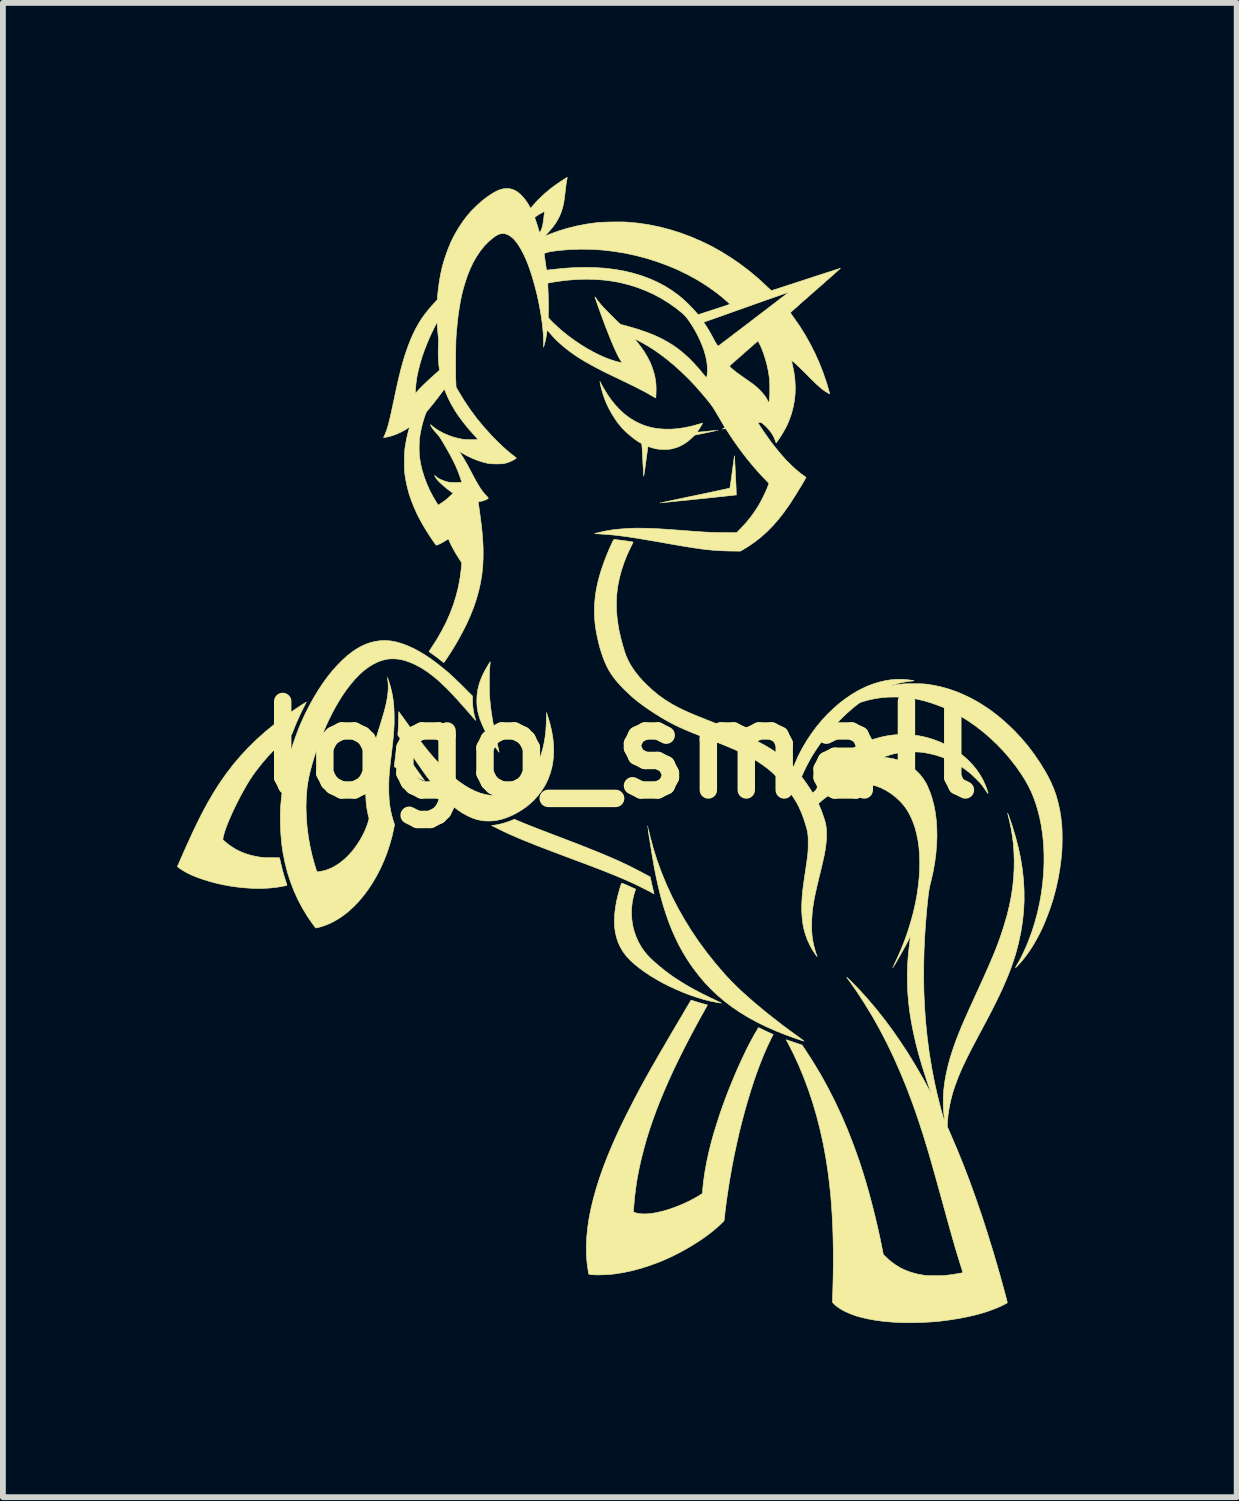
<source format=kicad_pcb>
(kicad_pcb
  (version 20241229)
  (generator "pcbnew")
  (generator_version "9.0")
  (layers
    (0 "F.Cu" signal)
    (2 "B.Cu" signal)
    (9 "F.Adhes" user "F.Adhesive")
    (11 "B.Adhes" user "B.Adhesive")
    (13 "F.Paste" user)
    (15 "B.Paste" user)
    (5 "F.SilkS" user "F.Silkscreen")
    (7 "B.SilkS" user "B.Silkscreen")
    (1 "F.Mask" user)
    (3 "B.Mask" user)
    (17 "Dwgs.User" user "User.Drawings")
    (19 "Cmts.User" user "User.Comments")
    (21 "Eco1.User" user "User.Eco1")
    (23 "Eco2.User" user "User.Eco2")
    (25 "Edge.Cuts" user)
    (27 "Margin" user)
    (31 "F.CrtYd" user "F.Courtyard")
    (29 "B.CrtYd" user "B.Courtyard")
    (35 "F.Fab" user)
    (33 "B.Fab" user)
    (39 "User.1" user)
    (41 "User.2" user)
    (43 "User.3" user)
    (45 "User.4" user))
  (footprint "logo_small"
    (layer "F.Cu")
    (at 7.624 9.864)
    (property "Reference" "logo_small" (at 0 0 0) (layer "F.SilkS") (effects (font (size 1.524 1.524) (thickness 0.3))))
    (attr through_hole)
    (fp_poly (pts (xy -4.003 -1.252) (xy -4.006 -1.25) (xy -4.008 -1.252) (xy -4.006 -1.255) (xy -4.003 -1.252)) (stroke (width 0.01) (type solid)) (fill yes) (layer "F.SilkS"))
    (fp_poly (pts (xy -0.34 -6.342) (xy -0.343 -6.34) (xy -0.345 -6.342) (xy -0.343 -6.345) (xy -0.34 -6.342)) (stroke (width 0.01) (type solid)) (fill yes) (layer "F.SilkS"))
    (fp_poly (pts (xy 4.704 3.747) (xy 4.702 3.749) (xy 4.699 3.747) (xy 4.702 3.744) (xy 4.704 3.747)) (stroke (width 0.01) (type solid)) (fill yes) (layer "F.SilkS"))
    (fp_poly (pts (xy 4.709 3.736) (xy 4.707 3.739) (xy 4.704 3.736) (xy 4.707 3.734) (xy 4.709 3.736)) (stroke (width 0.01) (type solid)) (fill yes) (layer "F.SilkS"))
    (fp_poly (pts (xy 6.68 1.09) (xy 6.678 1.092) (xy 6.675 1.09) (xy 6.678 1.087) (xy 6.68 1.09)) (stroke (width 0.01) (type solid)) (fill yes) (layer "F.SilkS"))
    (fp_poly (pts (xy 0.481 1.315) (xy 0.482 1.323) (xy 0.481 1.325) (xy 0.478 1.323) (xy 0.478 1.318) (xy 0.479 1.312) (xy 0.481 1.315)) (stroke (width 0.01) (type solid)) (fill yes) (layer "F.SilkS"))
    (fp_poly (pts (xy 0.486 1.34) (xy 0.487 1.35) (xy 0.486 1.353) (xy 0.484 1.353) (xy 0.483 1.346) (xy 0.484 1.339) (xy 0.486 1.34)) (stroke (width 0.01) (type solid)) (fill yes) (layer "F.SilkS"))
    (fp_poly (pts (xy 0.705 -4.255) (xy 0.703 -4.253) (xy 0.698 -4.252) (xy 0.693 -4.254) (xy 0.695 -4.255) (xy 0.703 -4.256) (xy 0.705 -4.255)) (stroke (width 0.01) (type solid)) (fill yes) (layer "F.SilkS"))
    (fp_poly (pts (xy 1.688 -5.505) (xy 1.688 -5.503) (xy 1.681 -5.502) (xy 1.674 -5.503) (xy 1.675 -5.505) (xy 1.686 -5.506) (xy 1.688 -5.505)) (stroke (width 0.01) (type solid)) (fill yes) (layer "F.SilkS"))
    (fp_poly (pts (xy -3.846 -0.006) (xy -3.834 -0.001) (xy -3.816 0.007) (xy -3.793 0.018) (xy -3.771 0.029) (xy -3.691 0.067) (xy -3.648 0.129) (xy -3.634 0.149) (xy -3.615 0.175) (xy -3.594 0.206) (xy -3.57 0.24) (xy -3.544 0.276) (xy -3.518 0.313) (xy -3.491 0.35) (xy -3.466 0.386) (xy -3.442 0.419) (xy -3.421 0.449) (xy -3.403 0.474) (xy -3.389 0.493) (xy -3.38 0.504) (xy -3.371 0.517) (xy -3.365 0.525) (xy -3.364 0.528) (xy -3.369 0.526) (xy -3.382 0.521) (xy -3.401 0.513) (xy -3.426 0.502) (xy -3.454 0.491) (xy -3.459 0.488) (xy -3.537 0.455) (xy -3.607 0.424) (xy -3.673 0.394) (xy -3.736 0.364) (xy -3.794 0.336) (xy -3.886 0.289) (xy -3.884 0.27) (xy -3.882 0.261) (xy -3.88 0.244) (xy -3.877 0.22) (xy -3.874 0.192) (xy -3.87 0.161) (xy -3.866 0.129) (xy -3.863 0.096) (xy -3.859 0.066) (xy -3.856 0.039) (xy -3.853 0.016) (xy -3.851 0.001) (xy -3.851 -0.007) (xy -3.851 -0.007) (xy -3.846 -0.006)) (stroke (width 0.01) (type solid)) (fill yes) (layer "F.SilkS"))
    (fp_poly (pts (xy -2.232 -1.512) (xy -2.233 -1.498) (xy -2.235 -1.478) (xy -2.237 -1.453) (xy -2.239 -1.435) (xy -2.241 -1.403) (xy -2.244 -1.363) (xy -2.245 -1.316) (xy -2.247 -1.264) (xy -2.247 -1.209) (xy -2.248 -1.152) (xy -2.248 -1.096) (xy -2.247 -1.042) (xy -2.246 -0.992) (xy -2.245 -0.947) (xy -2.242 -0.909) (xy -2.241 -0.894) (xy -2.231 -0.792) (xy -2.219 -0.69) (xy -2.204 -0.588) (xy -2.187 -0.485) (xy -2.168 -0.377) (xy -2.145 -0.264) (xy -2.119 -0.143) (xy -2.108 -0.094) (xy -2.1 -0.059) (xy -2.093 -0.028) (xy -2.087 -0.001) (xy -2.083 0.02) (xy -2.08 0.034) (xy -2.079 0.039) (xy -2.083 0.035) (xy -2.091 0.025) (xy -2.103 0.009) (xy -2.117 -0.011) (xy -2.127 -0.024) (xy -2.171 -0.087) (xy -2.21 -0.145) (xy -2.244 -0.197) (xy -2.275 -0.248) (xy -2.303 -0.297) (xy -2.329 -0.347) (xy -2.342 -0.373) (xy -2.379 -0.455) (xy -2.409 -0.532) (xy -2.432 -0.606) (xy -2.449 -0.679) (xy -2.459 -0.752) (xy -2.463 -0.827) (xy -2.462 -0.879) (xy -2.458 -0.957) (xy -2.447 -1.032) (xy -2.431 -1.105) (xy -2.408 -1.178) (xy -2.379 -1.254) (xy -2.341 -1.333) (xy -2.331 -1.353) (xy -2.319 -1.376) (xy -2.304 -1.401) (xy -2.289 -1.427) (xy -2.274 -1.453) (xy -2.26 -1.475) (xy -2.248 -1.495) (xy -2.239 -1.509) (xy -2.233 -1.516) (xy -2.232 -1.517) (xy -2.232 -1.512)) (stroke (width 0.01) (type solid)) (fill yes) (layer "F.SilkS"))
    (fp_poly (pts (xy 0.036 2.295) (xy 0.05 2.3) (xy 0.071 2.308) (xy 0.098 2.319) (xy 0.13 2.333) (xy 0.165 2.349) (xy 0.204 2.366) (xy 0.224 2.376) (xy 0.273 2.399) (xy 0.261 2.431) (xy 0.255 2.45) (xy 0.247 2.475) (xy 0.239 2.502) (xy 0.236 2.513) (xy 0.215 2.615) (xy 0.203 2.718) (xy 0.2 2.821) (xy 0.207 2.924) (xy 0.222 3.025) (xy 0.247 3.123) (xy 0.28 3.219) (xy 0.322 3.311) (xy 0.372 3.399) (xy 0.431 3.481) (xy 0.465 3.522) (xy 0.504 3.564) (xy 0.551 3.61) (xy 0.604 3.659) (xy 0.662 3.709) (xy 0.724 3.76) (xy 0.788 3.811) (xy 0.854 3.86) (xy 0.919 3.907) (xy 0.952 3.929) (xy 1.056 3.996) (xy 1.167 4.063) (xy 1.287 4.13) (xy 1.415 4.197) (xy 1.552 4.265) (xy 1.648 4.31) (xy 1.677 4.324) (xy 1.703 4.336) (xy 1.724 4.346) (xy 1.739 4.353) (xy 1.746 4.357) (xy 1.747 4.357) (xy 1.746 4.358) (xy 1.737 4.358) (xy 1.72 4.356) (xy 1.694 4.351) (xy 1.661 4.346) (xy 1.551 4.324) (xy 1.437 4.295) (xy 1.321 4.26) (xy 1.204 4.22) (xy 1.086 4.174) (xy 0.969 4.124) (xy 0.854 4.071) (xy 0.741 4.014) (xy 0.633 3.953) (xy 0.529 3.891) (xy 0.431 3.826) (xy 0.34 3.76) (xy 0.257 3.693) (xy 0.182 3.626) (xy 0.173 3.617) (xy 0.11 3.548) (xy 0.055 3.474) (xy 0.009 3.397) (xy -0.029 3.314) (xy -0.058 3.227) (xy -0.079 3.135) (xy -0.091 3.038) (xy -0.094 2.936) (xy -0.089 2.828) (xy -0.076 2.716) (xy -0.055 2.597) (xy -0.035 2.515) (xy -0.029 2.488) (xy -0.02 2.458) (xy -0.012 2.427) (xy -0.003 2.395) (xy 0.006 2.365) (xy 0.014 2.339) (xy 0.021 2.317) (xy 0.027 2.302) (xy 0.03 2.295) (xy 0.03 2.295) (xy 0.036 2.295)) (stroke (width 0.01) (type solid)) (fill yes) (layer "F.SilkS"))
    (fp_poly (pts (xy 0.491 1.369) (xy 0.493 1.377) (xy 0.497 1.392) (xy 0.503 1.414) (xy 0.51 1.444) (xy 0.518 1.478) (xy 0.574 1.69) (xy 0.64 1.9) (xy 0.716 2.108) (xy 0.801 2.315) (xy 0.895 2.52) (xy 0.999 2.721) (xy 1.112 2.92) (xy 1.233 3.116) (xy 1.363 3.308) (xy 1.502 3.496) (xy 1.649 3.68) (xy 1.803 3.859) (xy 1.853 3.913) (xy 1.928 3.992) (xy 2.012 4.076) (xy 2.104 4.163) (xy 2.204 4.253) (xy 2.31 4.346) (xy 2.424 4.441) (xy 2.542 4.538) (xy 2.667 4.636) (xy 2.796 4.736) (xy 2.929 4.836) (xy 3.066 4.935) (xy 3.083 4.947) (xy 3.109 4.966) (xy 3.132 4.983) (xy 3.15 4.997) (xy 3.163 5.007) (xy 3.169 5.013) (xy 3.169 5.014) (xy 3.163 5.012) (xy 3.148 5.008) (xy 3.126 5.001) (xy 3.099 4.992) (xy 3.068 4.982) (xy 3.045 4.974) (xy 2.86 4.908) (xy 2.684 4.838) (xy 2.517 4.764) (xy 2.359 4.686) (xy 2.208 4.604) (xy 2.066 4.517) (xy 1.931 4.425) (xy 1.804 4.328) (xy 1.683 4.226) (xy 1.569 4.118) (xy 1.461 4.005) (xy 1.36 3.885) (xy 1.264 3.759) (xy 1.23 3.712) (xy 1.154 3.598) (xy 1.083 3.48) (xy 1.016 3.358) (xy 0.954 3.231) (xy 0.896 3.099) (xy 0.841 2.961) (xy 0.791 2.816) (xy 0.743 2.665) (xy 0.699 2.505) (xy 0.658 2.337) (xy 0.62 2.161) (xy 0.597 2.045) (xy 0.59 2.008) (xy 0.583 1.967) (xy 0.575 1.92) (xy 0.566 1.87) (xy 0.557 1.818) (xy 0.548 1.765) (xy 0.539 1.71) (xy 0.531 1.657) (xy 0.522 1.605) (xy 0.515 1.555) (xy 0.507 1.51) (xy 0.501 1.469) (xy 0.496 1.433) (xy 0.492 1.404) (xy 0.489 1.383) (xy 0.488 1.37) (xy 0.488 1.368) (xy 0.488 1.365) (xy 0.489 1.365) (xy 0.491 1.369)) (stroke (width 0.01) (type solid)) (fill yes) (layer "F.SilkS"))
    (fp_poly (pts (xy 1.975 -5.062) (xy 1.976 -5.052) (xy 1.976 -5.052) (xy 1.976 -5.044) (xy 1.977 -5.027) (xy 1.978 -5.002) (xy 1.98 -4.97) (xy 1.981 -4.93) (xy 1.984 -4.886) (xy 1.986 -4.836) (xy 1.989 -4.783) (xy 1.991 -4.727) (xy 1.992 -4.715) (xy 1.995 -4.659) (xy 1.997 -4.606) (xy 2 -4.557) (xy 2.002 -4.512) (xy 2.003 -4.474) (xy 2.004 -4.441) (xy 2.005 -4.416) (xy 2.006 -4.399) (xy 2.006 -4.392) (xy 2.005 -4.391) (xy 2 -4.391) (xy 1.986 -4.389) (xy 1.962 -4.386) (xy 1.931 -4.383) (xy 1.893 -4.378) (xy 1.848 -4.374) (xy 1.798 -4.368) (xy 1.742 -4.362) (xy 1.682 -4.356) (xy 1.619 -4.349) (xy 1.553 -4.342) (xy 1.485 -4.335) (xy 1.416 -4.328) (xy 1.346 -4.321) (xy 1.276 -4.314) (xy 1.208 -4.306) (xy 1.141 -4.3) (xy 1.076 -4.293) (xy 1.014 -4.287) (xy 0.956 -4.281) (xy 0.903 -4.275) (xy 0.855 -4.27) (xy 0.813 -4.266) (xy 0.778 -4.263) (xy 0.75 -4.26) (xy 0.731 -4.258) (xy 0.72 -4.257) (xy 0.719 -4.257) (xy 0.722 -4.259) (xy 0.735 -4.262) (xy 0.757 -4.266) (xy 0.787 -4.273) (xy 0.824 -4.281) (xy 0.868 -4.29) (xy 0.919 -4.301) (xy 0.976 -4.313) (xy 1.037 -4.326) (xy 1.103 -4.34) (xy 1.174 -4.355) (xy 1.247 -4.37) (xy 1.3 -4.381) (xy 1.375 -4.397) (xy 1.449 -4.412) (xy 1.518 -4.427) (xy 1.584 -4.441) (xy 1.645 -4.454) (xy 1.701 -4.466) (xy 1.751 -4.477) (xy 1.795 -4.486) (xy 1.831 -4.494) (xy 1.86 -4.501) (xy 1.88 -4.505) (xy 1.892 -4.508) (xy 1.894 -4.509) (xy 1.896 -4.515) (xy 1.898 -4.53) (xy 1.902 -4.553) (xy 1.907 -4.583) (xy 1.912 -4.62) (xy 1.918 -4.662) (xy 1.925 -4.709) (xy 1.931 -4.759) (xy 1.935 -4.788) (xy 1.942 -4.839) (xy 1.949 -4.888) (xy 1.955 -4.932) (xy 1.96 -4.972) (xy 1.965 -5.006) (xy 1.969 -5.033) (xy 1.972 -5.052) (xy 1.974 -5.063) (xy 1.974 -5.064) (xy 1.975 -5.062)) (stroke (width 0.01) (type solid)) (fill yes) (layer "F.SilkS"))
    (fp_poly (pts (xy -1.75 1.222) (xy -1.708 1.24) (xy -1.658 1.261) (xy -1.6 1.284) (xy -1.535 1.31) (xy -1.463 1.338) (xy -1.387 1.368) (xy -1.306 1.399) (xy -1.222 1.431) (xy -1.186 1.445) (xy -1.052 1.496) (xy -0.927 1.544) (xy -0.81 1.589) (xy -0.701 1.631) (xy -0.599 1.671) (xy -0.504 1.709) (xy -0.416 1.745) (xy -0.333 1.778) (xy -0.255 1.811) (xy -0.181 1.842) (xy -0.112 1.872) (xy -0.045 1.901) (xy 0.018 1.93) (xy 0.079 1.959) (xy 0.138 1.987) (xy 0.197 2.016) (xy 0.254 2.045) (xy 0.312 2.075) (xy 0.37 2.105) (xy 0.407 2.125) (xy 0.522 2.186) (xy 0.536 2.25) (xy 0.542 2.279) (xy 0.55 2.314) (xy 0.559 2.351) (xy 0.567 2.386) (xy 0.569 2.395) (xy 0.576 2.422) (xy 0.581 2.445) (xy 0.585 2.463) (xy 0.588 2.474) (xy 0.588 2.477) (xy 0.583 2.475) (xy 0.572 2.469) (xy 0.556 2.461) (xy 0.551 2.458) (xy 0.527 2.445) (xy 0.496 2.428) (xy 0.458 2.409) (xy 0.417 2.389) (xy 0.374 2.367) (xy 0.33 2.345) (xy 0.288 2.325) (xy 0.249 2.306) (xy 0.215 2.29) (xy 0.199 2.283) (xy 0.135 2.254) (xy 0.068 2.225) (xy -0.002 2.195) (xy -0.076 2.164) (xy -0.154 2.133) (xy -0.237 2.099) (xy -0.326 2.064) (xy -0.423 2.027) (xy -0.526 1.988) (xy -0.639 1.945) (xy -0.699 1.923) (xy -0.827 1.875) (xy -0.945 1.831) (xy -1.055 1.789) (xy -1.157 1.751) (xy -1.251 1.715) (xy -1.339 1.681) (xy -1.42 1.65) (xy -1.495 1.62) (xy -1.565 1.592) (xy -1.63 1.566) (xy -1.691 1.541) (xy -1.748 1.517) (xy -1.801 1.494) (xy -1.852 1.472) (xy -1.901 1.45) (xy -1.948 1.429) (xy -1.994 1.407) (xy -2.04 1.385) (xy -2.085 1.363) (xy -2.116 1.347) (xy -2.207 1.302) (xy -2.177 1.298) (xy -2.117 1.289) (xy -2.052 1.275) (xy -1.986 1.257) (xy -1.922 1.236) (xy -1.863 1.214) (xy -1.859 1.212) (xy -1.816 1.194) (xy -1.75 1.222)) (stroke (width 0.01) (type solid)) (fill yes) (layer "F.SilkS"))
    (fp_poly (pts (xy -5.451 -0.721) (xy -5.489 -0.645) (xy -5.522 -0.573) (xy -5.554 -0.502) (xy -5.585 -0.43) (xy -5.608 -0.372) (xy -5.647 -0.274) (xy -5.708 -0.225) (xy -5.827 -0.123) (xy -5.944 -0.011) (xy -6.059 0.11) (xy -6.171 0.241) (xy -6.268 0.365) (xy -6.317 0.433) (xy -6.367 0.507) (xy -6.417 0.589) (xy -6.469 0.679) (xy -6.523 0.777) (xy -6.578 0.884) (xy -6.624 0.975) (xy -6.661 1.053) (xy -6.695 1.128) (xy -6.727 1.201) (xy -6.755 1.27) (xy -6.78 1.335) (xy -6.801 1.395) (xy -6.817 1.447) (xy -6.828 1.493) (xy -6.83 1.501) (xy -6.838 1.541) (xy -6.824 1.556) (xy -6.796 1.582) (xy -6.762 1.611) (xy -6.722 1.641) (xy -6.679 1.67) (xy -6.636 1.698) (xy -6.594 1.722) (xy -6.585 1.726) (xy -6.515 1.759) (xy -6.444 1.787) (xy -6.369 1.81) (xy -6.289 1.829) (xy -6.202 1.845) (xy -6.176 1.848) (xy -6.152 1.851) (xy -6.127 1.853) (xy -6.1 1.855) (xy -6.068 1.856) (xy -6.029 1.856) (xy -5.995 1.856) (xy -5.861 1.857) (xy -5.839 1.953) (xy -5.81 2.072) (xy -5.778 2.184) (xy -5.754 2.26) (xy -5.746 2.285) (xy -5.739 2.306) (xy -5.734 2.321) (xy -5.733 2.33) (xy -5.733 2.331) (xy -5.739 2.333) (xy -5.754 2.337) (xy -5.776 2.342) (xy -5.802 2.347) (xy -5.832 2.353) (xy -5.863 2.358) (xy -5.893 2.363) (xy -5.922 2.367) (xy -5.924 2.367) (xy -6.026 2.378) (xy -6.131 2.384) (xy -6.24 2.386) (xy -6.355 2.382) (xy -6.472 2.374) (xy -6.591 2.361) (xy -6.711 2.344) (xy -6.83 2.322) (xy -6.947 2.296) (xy -7.06 2.266) (xy -7.168 2.233) (xy -7.271 2.197) (xy -7.366 2.159) (xy -7.44 2.124) (xy -7.476 2.104) (xy -7.513 2.083) (xy -7.548 2.062) (xy -7.578 2.041) (xy -7.602 2.023) (xy -7.605 2.021) (xy -7.619 2.009) (xy -7.576 1.91) (xy -7.515 1.77) (xy -7.456 1.639) (xy -7.4 1.516) (xy -7.347 1.4) (xy -7.295 1.292) (xy -7.245 1.19) (xy -7.196 1.094) (xy -7.148 1.002) (xy -7.1 0.915) (xy -7.052 0.832) (xy -7.005 0.751) (xy -6.956 0.673) (xy -6.907 0.596) (xy -6.891 0.571) (xy -6.777 0.408) (xy -6.657 0.252) (xy -6.529 0.101) (xy -6.393 -0.044) (xy -6.249 -0.185) (xy -6.096 -0.321) (xy -6.006 -0.395) (xy -5.948 -0.441) (xy -5.885 -0.489) (xy -5.817 -0.54) (xy -5.747 -0.591) (xy -5.677 -0.641) (xy -5.608 -0.689) (xy -5.541 -0.734) (xy -5.479 -0.775) (xy -5.422 -0.81) (xy -5.419 -0.812) (xy -5.399 -0.824) (xy -5.451 -0.721)) (stroke (width 0.01) (type solid)) (fill yes) (layer "F.SilkS"))
    (fp_poly (pts (xy -3.713 -0.53) (xy -3.642 -0.431) (xy -3.575 -0.339) (xy -3.513 -0.255) (xy -3.455 -0.178) (xy -3.4 -0.107) (xy -3.348 -0.04) (xy -3.298 0.021) (xy -3.25 0.079) (xy -3.203 0.133) (xy -3.157 0.184) (xy -3.111 0.234) (xy -3.065 0.282) (xy -3.04 0.307) (xy -2.945 0.398) (xy -2.851 0.481) (xy -2.758 0.553) (xy -2.667 0.615) (xy -2.577 0.668) (xy -2.489 0.711) (xy -2.402 0.744) (xy -2.318 0.767) (xy -2.279 0.775) (xy -2.243 0.779) (xy -2.201 0.781) (xy -2.157 0.782) (xy -2.113 0.781) (xy -2.074 0.778) (xy -2.049 0.775) (xy -1.967 0.755) (xy -1.888 0.727) (xy -1.812 0.689) (xy -1.74 0.642) (xy -1.672 0.587) (xy -1.608 0.524) (xy -1.549 0.453) (xy -1.494 0.374) (xy -1.445 0.288) (xy -1.401 0.196) (xy -1.362 0.096) (xy -1.33 -0.009) (xy -1.324 -0.033) (xy -1.304 -0.124) (xy -1.288 -0.218) (xy -1.276 -0.317) (xy -1.269 -0.422) (xy -1.266 -0.505) (xy -1.262 -0.642) (xy -1.241 -0.576) (xy -1.203 -0.449) (xy -1.174 -0.327) (xy -1.154 -0.208) (xy -1.142 -0.094) (xy -1.139 0.017) (xy -1.144 0.126) (xy -1.157 0.233) (xy -1.171 0.303) (xy -1.2 0.407) (xy -1.237 0.507) (xy -1.284 0.603) (xy -1.34 0.695) (xy -1.405 0.781) (xy -1.478 0.862) (xy -1.52 0.903) (xy -1.596 0.968) (xy -1.678 1.027) (xy -1.764 1.079) (xy -1.852 1.125) (xy -1.942 1.163) (xy -2.032 1.193) (xy -2.121 1.213) (xy -2.128 1.214) (xy -2.168 1.22) (xy -2.215 1.223) (xy -2.264 1.224) (xy -2.311 1.223) (xy -2.355 1.22) (xy -2.375 1.217) (xy -2.459 1.199) (xy -2.543 1.171) (xy -2.627 1.133) (xy -2.711 1.087) (xy -2.745 1.064) (xy -2.785 1.037) (xy -2.823 1.008) (xy -2.86 0.978) (xy -2.899 0.943) (xy -2.941 0.904) (xy -2.988 0.858) (xy -2.99 0.856) (xy -3.03 0.815) (xy -3.067 0.776) (xy -3.102 0.739) (xy -3.135 0.7) (xy -3.169 0.659) (xy -3.205 0.614) (xy -3.244 0.563) (xy -3.284 0.511) (xy -3.302 0.486) (xy -3.32 0.463) (xy -3.337 0.44) (xy -3.354 0.416) (xy -3.372 0.391) (xy -3.391 0.364) (xy -3.412 0.334) (xy -3.436 0.3) (xy -3.462 0.262) (xy -3.492 0.219) (xy -3.525 0.17) (xy -3.563 0.115) (xy -3.607 0.052) (xy -3.619 0.033) (xy -3.644 -0.003) (xy -3.67 -0.04) (xy -3.695 -0.076) (xy -3.718 -0.109) (xy -3.738 -0.138) (xy -3.754 -0.16) (xy -3.756 -0.163) (xy -3.773 -0.186) (xy -3.789 -0.207) (xy -3.802 -0.225) (xy -3.811 -0.238) (xy -3.814 -0.241) (xy -3.819 -0.248) (xy -3.821 -0.256) (xy -3.823 -0.265) (xy -3.822 -0.279) (xy -3.821 -0.299) (xy -3.82 -0.312) (xy -3.818 -0.333) (xy -3.816 -0.361) (xy -3.815 -0.396) (xy -3.813 -0.434) (xy -3.812 -0.475) (xy -3.811 -0.514) (xy -3.807 -0.66) (xy -3.713 -0.53)) (stroke (width 0.01) (type solid)) (fill yes) (layer "F.SilkS"))
    (fp_poly (pts (xy -0.326 -6.312) (xy -0.318 -6.297) (xy -0.306 -6.276) (xy -0.293 -6.252) (xy -0.283 -6.234) (xy -0.217 -6.126) (xy -0.148 -6.026) (xy -0.074 -5.935) (xy 0.003 -5.853) (xy 0.084 -5.78) (xy 0.169 -5.716) (xy 0.257 -5.662) (xy 0.302 -5.639) (xy 0.383 -5.602) (xy 0.464 -5.573) (xy 0.546 -5.551) (xy 0.631 -5.536) (xy 0.721 -5.527) (xy 0.78 -5.524) (xy 0.885 -5.524) (xy 0.993 -5.532) (xy 1.103 -5.548) (xy 1.218 -5.571) (xy 1.337 -5.603) (xy 1.356 -5.609) (xy 1.38 -5.616) (xy 1.401 -5.622) (xy 1.417 -5.626) (xy 1.425 -5.627) (xy 1.425 -5.627) (xy 1.424 -5.622) (xy 1.418 -5.611) (xy 1.408 -5.594) (xy 1.396 -5.575) (xy 1.383 -5.554) (xy 1.37 -5.533) (xy 1.358 -5.515) (xy 1.348 -5.501) (xy 1.339 -5.487) (xy 1.334 -5.477) (xy 1.333 -5.473) (xy 1.338 -5.472) (xy 1.353 -5.473) (xy 1.375 -5.475) (xy 1.404 -5.477) (xy 1.437 -5.48) (xy 1.475 -5.484) (xy 1.496 -5.486) (xy 1.535 -5.49) (xy 1.571 -5.494) (xy 1.603 -5.497) (xy 1.629 -5.499) (xy 1.648 -5.5) (xy 1.659 -5.501) (xy 1.661 -5.501) (xy 1.657 -5.499) (xy 1.645 -5.496) (xy 1.625 -5.492) (xy 1.597 -5.485) (xy 1.564 -5.478) (xy 1.527 -5.47) (xy 1.485 -5.461) (xy 1.478 -5.46) (xy 1.289 -5.421) (xy 1.243 -5.377) (xy 1.18 -5.321) (xy 1.115 -5.275) (xy 1.05 -5.238) (xy 0.981 -5.209) (xy 0.908 -5.188) (xy 0.899 -5.186) (xy 0.874 -5.181) (xy 0.851 -5.178) (xy 0.827 -5.176) (xy 0.797 -5.175) (xy 0.765 -5.174) (xy 0.712 -5.176) (xy 0.666 -5.179) (xy 0.622 -5.186) (xy 0.577 -5.197) (xy 0.535 -5.209) (xy 0.484 -5.226) (xy 0.478 -5.19) (xy 0.477 -5.177) (xy 0.474 -5.155) (xy 0.47 -5.126) (xy 0.465 -5.091) (xy 0.459 -5.051) (xy 0.454 -5.006) (xy 0.447 -4.96) (xy 0.444 -4.934) (xy 0.438 -4.888) (xy 0.432 -4.845) (xy 0.426 -4.807) (xy 0.421 -4.774) (xy 0.417 -4.747) (xy 0.414 -4.728) (xy 0.412 -4.716) (xy 0.412 -4.714) (xy 0.411 -4.719) (xy 0.41 -4.733) (xy 0.408 -4.756) (xy 0.406 -4.786) (xy 0.404 -4.822) (xy 0.402 -4.864) (xy 0.399 -4.91) (xy 0.396 -4.961) (xy 0.395 -4.992) (xy 0.392 -5.057) (xy 0.389 -5.113) (xy 0.386 -5.159) (xy 0.384 -5.197) (xy 0.381 -5.226) (xy 0.379 -5.248) (xy 0.378 -5.263) (xy 0.376 -5.272) (xy 0.375 -5.274) (xy 0.368 -5.279) (xy 0.355 -5.287) (xy 0.337 -5.298) (xy 0.321 -5.307) (xy 0.261 -5.347) (xy 0.2 -5.394) (xy 0.139 -5.446) (xy 0.08 -5.501) (xy 0.027 -5.557) (xy -0.012 -5.603) (xy -0.061 -5.668) (xy -0.108 -5.74) (xy -0.154 -5.816) (xy -0.196 -5.894) (xy -0.232 -5.97) (xy -0.245 -6.002) (xy -0.262 -6.045) (xy -0.279 -6.092) (xy -0.294 -6.141) (xy -0.309 -6.189) (xy -0.321 -6.235) (xy -0.331 -6.276) (xy -0.337 -6.31) (xy -0.338 -6.314) (xy -0.341 -6.337) (xy -0.326 -6.312)) (stroke (width 0.01) (type solid)) (fill yes) (layer "F.SilkS"))
    (fp_poly (pts (xy 1.231 4.31) (xy 1.244 4.314) (xy 1.263 4.32) (xy 1.286 4.327) (xy 1.297 4.331) (xy 1.33 4.341) (xy 1.368 4.353) (xy 1.407 4.364) (xy 1.436 4.372) (xy 1.461 4.378) (xy 1.483 4.384) (xy 1.498 4.389) (xy 1.507 4.391) (xy 1.508 4.391) (xy 1.506 4.396) (xy 1.5 4.408) (xy 1.49 4.426) (xy 1.478 4.448) (xy 1.466 4.469) (xy 1.346 4.686) (xy 1.233 4.896) (xy 1.127 5.099) (xy 1.028 5.297) (xy 0.935 5.489) (xy 0.849 5.676) (xy 0.769 5.858) (xy 0.695 6.036) (xy 0.627 6.21) (xy 0.565 6.381) (xy 0.508 6.548) (xy 0.457 6.713) (xy 0.412 6.875) (xy 0.371 7.035) (xy 0.335 7.194) (xy 0.325 7.243) (xy 0.304 7.352) (xy 0.286 7.46) (xy 0.271 7.569) (xy 0.257 7.68) (xy 0.246 7.796) (xy 0.236 7.915) (xy 0.233 7.959) (xy 0.259 7.968) (xy 0.314 7.982) (xy 0.377 7.989) (xy 0.447 7.99) (xy 0.522 7.985) (xy 0.603 7.973) (xy 0.689 7.955) (xy 0.779 7.932) (xy 0.873 7.902) (xy 0.97 7.867) (xy 1.071 7.826) (xy 1.169 7.781) (xy 1.21 7.761) (xy 1.253 7.738) (xy 1.296 7.715) (xy 1.337 7.692) (xy 1.372 7.671) (xy 1.389 7.659) (xy 1.404 7.649) (xy 1.416 7.642) (xy 1.421 7.638) (xy 1.421 7.638) (xy 1.422 7.633) (xy 1.423 7.62) (xy 1.425 7.6) (xy 1.427 7.575) (xy 1.427 7.566) (xy 1.442 7.421) (xy 1.464 7.269) (xy 1.493 7.109) (xy 1.528 6.943) (xy 1.571 6.77) (xy 1.621 6.59) (xy 1.679 6.404) (xy 1.727 6.256) (xy 1.773 6.126) (xy 1.821 5.994) (xy 1.872 5.861) (xy 1.925 5.73) (xy 1.979 5.6) (xy 2.034 5.473) (xy 2.09 5.35) (xy 2.146 5.231) (xy 2.201 5.118) (xy 2.256 5.013) (xy 2.309 4.915) (xy 2.353 4.84) (xy 2.388 4.781) (xy 2.48 4.826) (xy 2.511 4.84) (xy 2.541 4.855) (xy 2.569 4.867) (xy 2.591 4.878) (xy 2.607 4.885) (xy 2.607 4.885) (xy 2.641 4.899) (xy 2.605 4.97) (xy 2.544 5.098) (xy 2.483 5.236) (xy 2.424 5.382) (xy 2.366 5.536) (xy 2.31 5.697) (xy 2.255 5.866) (xy 2.202 6.04) (xy 2.151 6.219) (xy 2.102 6.404) (xy 2.055 6.592) (xy 2.012 6.783) (xy 1.97 6.977) (xy 1.932 7.173) (xy 1.897 7.37) (xy 1.865 7.568) (xy 1.836 7.765) (xy 1.811 7.962) (xy 1.807 8.004) (xy 1.794 8.11) (xy 1.732 8.17) (xy 1.653 8.242) (xy 1.566 8.313) (xy 1.47 8.385) (xy 1.368 8.455) (xy 1.26 8.524) (xy 1.148 8.59) (xy 1.032 8.654) (xy 0.914 8.714) (xy 0.794 8.769) (xy 0.676 8.819) (xy 0.517 8.878) (xy 0.361 8.928) (xy 0.206 8.969) (xy 0.055 9.001) (xy -0.093 9.024) (xy -0.142 9.029) (xy -0.187 9.033) (xy -0.238 9.036) (xy -0.291 9.038) (xy -0.343 9.04) (xy -0.394 9.04) (xy -0.439 9.039) (xy -0.469 9.037) (xy -0.497 9.035) (xy -0.518 9.032) (xy -0.53 9.029) (xy -0.533 9.027) (xy -0.536 9.019) (xy -0.54 9.003) (xy -0.544 8.98) (xy -0.548 8.951) (xy -0.553 8.92) (xy -0.558 8.887) (xy -0.562 8.854) (xy -0.566 8.823) (xy -0.566 8.819) (xy -0.576 8.681) (xy -0.577 8.538) (xy -0.57 8.389) (xy -0.555 8.235) (xy -0.532 8.076) (xy -0.5 7.911) (xy -0.459 7.74) (xy -0.411 7.565) (xy -0.354 7.384) (xy -0.289 7.198) (xy -0.216 7.008) (xy -0.134 6.812) (xy -0.105 6.746) (xy -0.079 6.686) (xy -0.053 6.63) (xy -0.029 6.576) (xy -0.004 6.524) (xy 0.021 6.471) (xy 0.048 6.415) (xy 0.078 6.355) (xy 0.11 6.289) (xy 0.142 6.226) (xy 0.175 6.161) (xy 0.207 6.099) (xy 0.238 6.038) (xy 0.27 5.977) (xy 0.301 5.917) (xy 0.334 5.856) (xy 0.367 5.794) (xy 0.401 5.731) (xy 0.437 5.666) (xy 0.475 5.599) (xy 0.514 5.528) (xy 0.556 5.454) (xy 0.601 5.376) (xy 0.649 5.293) (xy 0.699 5.205) (xy 0.754 5.112) (xy 0.812 5.012) (xy 0.874 4.906) (xy 0.941 4.792) (xy 1.012 4.671) (xy 1.077 4.562) (xy 1.104 4.516) (xy 1.129 4.472) (xy 1.153 4.433) (xy 1.174 4.397) (xy 1.192 4.366) (xy 1.207 4.341) (xy 1.218 4.323) (xy 1.224 4.312) (xy 1.226 4.309) (xy 1.231 4.31)) (stroke (width 0.01) (type solid)) (fill yes) (layer "F.SilkS"))
    (fp_poly (pts (xy -3.948 -1.877) (xy -3.946 -1.877) (xy -3.852 -1.859) (xy -3.756 -1.832) (xy -3.656 -1.794) (xy -3.553 -1.748) (xy -3.448 -1.691) (xy -3.339 -1.625) (xy -3.228 -1.549) (xy -3.115 -1.464) (xy -2.998 -1.369) (xy -2.918 -1.3) (xy -2.898 -1.281) (xy -2.871 -1.256) (xy -2.84 -1.227) (xy -2.805 -1.193) (xy -2.769 -1.158) (xy -2.732 -1.122) (xy -2.696 -1.086) (xy -2.69 -1.08) (xy -2.537 -0.927) (xy -2.537 -0.841) (xy -2.533 -0.757) (xy -2.523 -0.677) (xy -2.506 -0.596) (xy -2.497 -0.565) (xy -2.491 -0.543) (xy -2.486 -0.525) (xy -2.483 -0.512) (xy -2.482 -0.508) (xy -2.485 -0.512) (xy -2.495 -0.522) (xy -2.509 -0.539) (xy -2.528 -0.56) (xy -2.551 -0.586) (xy -2.576 -0.615) (xy -2.599 -0.641) (xy -2.675 -0.728) (xy -2.746 -0.807) (xy -2.811 -0.88) (xy -2.872 -0.946) (xy -2.929 -1.006) (xy -2.983 -1.061) (xy -3.035 -1.111) (xy -3.084 -1.157) (xy -3.131 -1.2) (xy -3.178 -1.24) (xy -3.224 -1.277) (xy -3.233 -1.284) (xy -3.324 -1.352) (xy -3.416 -1.411) (xy -3.508 -1.461) (xy -3.599 -1.503) (xy -3.689 -1.535) (xy -3.762 -1.555) (xy -3.805 -1.562) (xy -3.854 -1.567) (xy -3.905 -1.569) (xy -3.954 -1.568) (xy -3.999 -1.564) (xy -4.009 -1.562) (xy -4.089 -1.544) (xy -4.169 -1.515) (xy -4.248 -1.476) (xy -4.327 -1.427) (xy -4.405 -1.369) (xy -4.482 -1.3) (xy -4.559 -1.221) (xy -4.635 -1.132) (xy -4.711 -1.033) (xy -4.785 -0.925) (xy -4.839 -0.838) (xy -4.894 -0.744) (xy -4.948 -0.644) (xy -5.001 -0.538) (xy -5.052 -0.429) (xy -5.101 -0.316) (xy -5.148 -0.201) (xy -5.192 -0.086) (xy -5.232 0.029) (xy -5.269 0.143) (xy -5.302 0.254) (xy -5.331 0.362) (xy -5.355 0.465) (xy -5.373 0.562) (xy -5.386 0.652) (xy -5.387 0.664) (xy -5.4 0.822) (xy -5.404 0.983) (xy -5.399 1.148) (xy -5.387 1.314) (xy -5.366 1.48) (xy -5.338 1.645) (xy -5.302 1.808) (xy -5.259 1.966) (xy -5.237 2.036) (xy -5.216 2.098) (xy -5.198 2.098) (xy -5.18 2.097) (xy -5.154 2.092) (xy -5.124 2.086) (xy -5.092 2.079) (xy -5.062 2.07) (xy -5.036 2.062) (xy -4.959 2.03) (xy -4.884 1.988) (xy -4.809 1.937) (xy -4.737 1.877) (xy -4.668 1.81) (xy -4.601 1.735) (xy -4.539 1.652) (xy -4.481 1.563) (xy -4.477 1.557) (xy -4.443 1.497) (xy -4.411 1.435) (xy -4.382 1.372) (xy -4.358 1.311) (xy -4.338 1.255) (xy -4.331 1.23) (xy -4.318 1.183) (xy -4.334 1.121) (xy -4.356 1.008) (xy -4.37 0.891) (xy -4.376 0.768) (xy -4.374 0.64) (xy -4.363 0.508) (xy -4.343 0.371) (xy -4.335 0.325) (xy -4.326 0.276) (xy -4.316 0.228) (xy -4.305 0.18) (xy -4.293 0.131) (xy -4.28 0.08) (xy -4.265 0.025) (xy -4.248 -0.035) (xy -4.229 -0.099) (xy -4.208 -0.171) (xy -4.183 -0.25) (xy -4.163 -0.315) (xy -4.14 -0.39) (xy -4.119 -0.457) (xy -4.101 -0.516) (xy -4.086 -0.567) (xy -4.072 -0.612) (xy -4.061 -0.652) (xy -4.051 -0.688) (xy -4.043 -0.719) (xy -4.041 -0.726) (xy -4.02 -0.815) (xy -4.005 -0.897) (xy -3.995 -0.973) (xy -3.989 -1.044) (xy -3.989 -1.111) (xy -3.993 -1.176) (xy -4.001 -1.229) (xy -4.001 -1.236) (xy -3.999 -1.234) (xy -3.995 -1.225) (xy -3.989 -1.21) (xy -3.982 -1.19) (xy -3.974 -1.166) (xy -3.965 -1.139) (xy -3.957 -1.113) (xy -3.937 -1.035) (xy -3.92 -0.96) (xy -3.907 -0.885) (xy -3.897 -0.808) (xy -3.891 -0.727) (xy -3.887 -0.64) (xy -3.886 -0.556) (xy -3.886 -0.515) (xy -3.886 -0.476) (xy -3.887 -0.438) (xy -3.889 -0.401) (xy -3.891 -0.362) (xy -3.893 -0.321) (xy -3.897 -0.277) (xy -3.901 -0.23) (xy -3.906 -0.177) (xy -3.912 -0.118) (xy -3.92 -0.053) (xy -3.928 0.021) (xy -3.938 0.103) (xy -3.939 0.114) (xy -3.948 0.186) (xy -3.955 0.25) (xy -3.961 0.305) (xy -3.966 0.355) (xy -3.97 0.4) (xy -3.973 0.441) (xy -3.976 0.48) (xy -3.977 0.518) (xy -3.978 0.557) (xy -3.979 0.597) (xy -3.979 0.64) (xy -3.979 0.655) (xy -3.978 0.748) (xy -3.974 0.834) (xy -3.967 0.913) (xy -3.957 0.989) (xy -3.943 1.063) (xy -3.925 1.138) (xy -3.903 1.216) (xy -3.895 1.239) (xy -3.88 1.287) (xy -3.891 1.343) (xy -3.923 1.488) (xy -3.963 1.631) (xy -4.009 1.771) (xy -4.062 1.907) (xy -4.121 2.038) (xy -4.186 2.165) (xy -4.257 2.286) (xy -4.332 2.401) (xy -4.413 2.509) (xy -4.497 2.61) (xy -4.586 2.702) (xy -4.679 2.786) (xy -4.734 2.83) (xy -4.812 2.886) (xy -4.892 2.935) (xy -4.974 2.979) (xy -5.055 3.014) (xy -5.135 3.042) (xy -5.196 3.058) (xy -5.237 3.067) (xy -5.285 3.003) (xy -5.38 2.867) (xy -5.465 2.726) (xy -5.543 2.579) (xy -5.612 2.427) (xy -5.672 2.27) (xy -5.724 2.109) (xy -5.766 1.943) (xy -5.8 1.773) (xy -5.819 1.648) (xy -5.827 1.574) (xy -5.834 1.494) (xy -5.84 1.41) (xy -5.844 1.324) (xy -5.846 1.238) (xy -5.847 1.155) (xy -5.846 1.076) (xy -5.843 1.004) (xy -5.84 0.96) (xy -5.826 0.809) (xy -5.808 0.665) (xy -5.787 0.527) (xy -5.761 0.392) (xy -5.731 0.259) (xy -5.697 0.126) (xy -5.657 -0.01) (xy -5.624 -0.112) (xy -5.588 -0.215) (xy -5.553 -0.31) (xy -5.517 -0.402) (xy -5.478 -0.493) (xy -5.436 -0.585) (xy -5.413 -0.632) (xy -5.343 -0.77) (xy -5.27 -0.902) (xy -5.194 -1.027) (xy -5.116 -1.146) (xy -5.035 -1.257) (xy -4.952 -1.361) (xy -4.867 -1.456) (xy -4.781 -1.543) (xy -4.695 -1.621) (xy -4.607 -1.69) (xy -4.563 -1.721) (xy -4.478 -1.772) (xy -4.392 -1.814) (xy -4.304 -1.846) (xy -4.215 -1.868) (xy -4.126 -1.881) (xy -4.037 -1.884) (xy -3.948 -1.877)) (stroke (width 0.01) (type solid)) (fill yes) (layer "F.SilkS"))
    (fp_poly (pts (xy -0.09 -3.624) (xy -0.09 -3.624) (xy -0.08 -3.623) (xy -0.062 -3.621) (xy -0.037 -3.617) (xy -0.008 -3.614) (xy 0.026 -3.609) (xy 0.046 -3.607) (xy 0.099 -3.6) (xy 0.143 -3.594) (xy 0.177 -3.589) (xy 0.203 -3.585) (xy 0.219 -3.582) (xy 0.227 -3.579) (xy 0.229 -3.578) (xy 0.226 -3.573) (xy 0.221 -3.561) (xy 0.212 -3.542) (xy 0.2 -3.52) (xy 0.194 -3.506) (xy 0.128 -3.367) (xy 0.073 -3.228) (xy 0.027 -3.091) (xy -0.009 -2.954) (xy -0.036 -2.818) (xy -0.053 -2.681) (xy -0.06 -2.543) (xy -0.058 -2.404) (xy -0.046 -2.264) (xy -0.025 -2.12) (xy -0.015 -2.065) (xy -0.005 -2.016) (xy 0.008 -1.964) (xy 0.021 -1.908) (xy 0.036 -1.852) (xy 0.051 -1.797) (xy 0.067 -1.744) (xy 0.081 -1.696) (xy 0.095 -1.655) (xy 0.107 -1.622) (xy 0.147 -1.533) (xy 0.196 -1.446) (xy 0.254 -1.359) (xy 0.322 -1.272) (xy 0.399 -1.185) (xy 0.458 -1.125) (xy 0.562 -1.029) (xy 0.668 -0.941) (xy 0.778 -0.863) (xy 0.893 -0.791) (xy 1.014 -0.726) (xy 1.029 -0.719) (xy 1.057 -0.705) (xy 1.083 -0.692) (xy 1.11 -0.68) (xy 1.136 -0.668) (xy 1.164 -0.655) (xy 1.193 -0.642) (xy 1.224 -0.629) (xy 1.259 -0.614) (xy 1.297 -0.598) (xy 1.339 -0.581) (xy 1.387 -0.562) (xy 1.44 -0.541) (xy 1.499 -0.517) (xy 1.566 -0.491) (xy 1.64 -0.461) (xy 1.723 -0.429) (xy 1.773 -0.409) (xy 1.9 -0.358) (xy 2.018 -0.309) (xy 2.127 -0.262) (xy 2.229 -0.216) (xy 2.323 -0.171) (xy 2.41 -0.126) (xy 2.492 -0.082) (xy 2.568 -0.037) (xy 2.64 0.008) (xy 2.707 0.054) (xy 2.771 0.102) (xy 2.833 0.151) (xy 2.892 0.202) (xy 2.942 0.248) (xy 2.99 0.294) (xy 3.015 0.235) (xy 3.074 0.101) (xy 3.141 -0.028) (xy 3.215 -0.154) (xy 3.296 -0.276) (xy 3.382 -0.393) (xy 3.474 -0.504) (xy 3.57 -0.609) (xy 3.672 -0.707) (xy 3.776 -0.799) (xy 3.885 -0.882) (xy 3.996 -0.958) (xy 4.109 -1.024) (xy 4.224 -1.081) (xy 4.254 -1.095) (xy 4.362 -1.136) (xy 4.47 -1.169) (xy 4.577 -1.194) (xy 4.683 -1.21) (xy 4.786 -1.217) (xy 4.886 -1.215) (xy 4.891 -1.214) (xy 4.918 -1.212) (xy 4.947 -1.209) (xy 4.977 -1.206) (xy 5.005 -1.202) (xy 5.029 -1.199) (xy 5.049 -1.195) (xy 5.061 -1.193) (xy 5.064 -1.191) (xy 5.06 -1.19) (xy 5.048 -1.189) (xy 5.031 -1.187) (xy 5.026 -1.186) (xy 4.972 -1.18) (xy 4.914 -1.171) (xy 4.856 -1.16) (xy 4.801 -1.148) (xy 4.793 -1.146) (xy 4.766 -1.138) (xy 4.741 -1.131) (xy 4.719 -1.124) (xy 4.7 -1.118) (xy 4.687 -1.113) (xy 4.681 -1.11) (xy 4.682 -1.109) (xy 4.686 -1.11) (xy 4.698 -1.112) (xy 4.717 -1.115) (xy 4.739 -1.118) (xy 4.747 -1.12) (xy 4.785 -1.126) (xy 4.82 -1.13) (xy 4.852 -1.134) (xy 4.886 -1.137) (xy 4.922 -1.139) (xy 4.962 -1.14) (xy 5.008 -1.14) (xy 5.057 -1.14) (xy 5.109 -1.14) (xy 5.154 -1.14) (xy 5.192 -1.139) (xy 5.226 -1.137) (xy 5.259 -1.134) (xy 5.291 -1.131) (xy 5.327 -1.126) (xy 5.366 -1.119) (xy 5.394 -1.115) (xy 5.524 -1.088) (xy 5.655 -1.052) (xy 5.786 -1.007) (xy 5.918 -0.952) (xy 6.048 -0.89) (xy 6.176 -0.819) (xy 6.301 -0.74) (xy 6.386 -0.682) (xy 6.524 -0.576) (xy 6.657 -0.461) (xy 6.786 -0.338) (xy 6.908 -0.208) (xy 7.024 -0.072) (xy 7.132 0.071) (xy 7.233 0.219) (xy 7.327 0.372) (xy 7.37 0.45) (xy 7.424 0.558) (xy 7.472 0.669) (xy 7.512 0.782) (xy 7.545 0.9) (xy 7.573 1.022) (xy 7.594 1.151) (xy 7.61 1.287) (xy 7.611 1.3) (xy 7.613 1.337) (xy 7.615 1.383) (xy 7.616 1.434) (xy 7.617 1.49) (xy 7.617 1.547) (xy 7.616 1.606) (xy 7.615 1.662) (xy 7.613 1.715) (xy 7.61 1.762) (xy 7.608 1.796) (xy 7.585 1.994) (xy 7.553 2.19) (xy 7.511 2.383) (xy 7.46 2.573) (xy 7.399 2.759) (xy 7.329 2.941) (xy 7.282 3.052) (xy 7.23 3.16) (xy 7.174 3.265) (xy 7.116 3.366) (xy 7.055 3.461) (xy 6.992 3.549) (xy 6.928 3.629) (xy 6.871 3.694) (xy 6.848 3.718) (xy 6.831 3.735) (xy 6.82 3.745) (xy 6.814 3.748) (xy 6.815 3.744) (xy 6.82 3.734) (xy 6.826 3.723) (xy 6.868 3.65) (xy 6.911 3.57) (xy 6.953 3.483) (xy 6.994 3.393) (xy 7.033 3.3) (xy 7.037 3.289) (xy 7.096 3.13) (xy 7.147 2.968) (xy 7.192 2.803) (xy 7.229 2.636) (xy 7.259 2.467) (xy 7.281 2.298) (xy 7.296 2.13) (xy 7.304 1.962) (xy 7.304 1.796) (xy 7.297 1.633) (xy 7.282 1.473) (xy 7.26 1.317) (xy 7.23 1.165) (xy 7.192 1.019) (xy 7.166 0.935) (xy 7.127 0.823) (xy 7.084 0.719) (xy 7.035 0.62) (xy 6.981 0.522) (xy 6.92 0.425) (xy 6.825 0.288) (xy 6.722 0.156) (xy 6.614 0.029) (xy 6.499 -0.091) (xy 6.379 -0.205) (xy 6.255 -0.312) (xy 6.126 -0.412) (xy 5.994 -0.504) (xy 5.859 -0.587) (xy 5.721 -0.661) (xy 5.582 -0.727) (xy 5.491 -0.763) (xy 5.365 -0.808) (xy 5.242 -0.845) (xy 5.122 -0.873) (xy 5.001 -0.893) (xy 4.88 -0.906) (xy 4.756 -0.911) (xy 4.724 -0.911) (xy 4.612 -0.909) (xy 4.505 -0.9) (xy 4.402 -0.885) (xy 4.3 -0.864) (xy 4.196 -0.836) (xy 4.185 -0.833) (xy 4.166 -0.826) (xy 4.149 -0.82) (xy 4.133 -0.812) (xy 4.116 -0.802) (xy 4.097 -0.789) (xy 4.075 -0.771) (xy 4.047 -0.749) (xy 4.023 -0.73) (xy 3.903 -0.625) (xy 3.787 -0.512) (xy 3.676 -0.392) (xy 3.57 -0.267) (xy 3.471 -0.137) (xy 3.379 -0.004) (xy 3.294 0.132) (xy 3.219 0.27) (xy 3.162 0.387) (xy 3.129 0.462) (xy 3.172 0.519) (xy 3.185 0.538) (xy 3.202 0.561) (xy 3.22 0.587) (xy 3.239 0.615) (xy 3.258 0.643) (xy 3.276 0.67) (xy 3.292 0.695) (xy 3.305 0.715) (xy 3.314 0.73) (xy 3.319 0.739) (xy 3.319 0.739) (xy 3.323 0.738) (xy 3.332 0.731) (xy 3.344 0.721) (xy 3.357 0.709) (xy 3.37 0.697) (xy 3.379 0.687) (xy 3.383 0.68) (xy 3.383 0.68) (xy 3.386 0.673) (xy 3.393 0.66) (xy 3.404 0.641) (xy 3.417 0.618) (xy 3.433 0.593) (xy 3.449 0.567) (xy 3.465 0.541) (xy 3.481 0.517) (xy 3.487 0.508) (xy 3.538 0.434) (xy 3.589 0.367) (xy 3.643 0.303) (xy 3.702 0.24) (xy 3.731 0.211) (xy 3.827 0.122) (xy 3.928 0.042) (xy 4.033 -0.029) (xy 4.143 -0.09) (xy 4.257 -0.143) (xy 4.376 -0.187) (xy 4.5 -0.221) (xy 4.592 -0.241) (xy 4.65 -0.25) (xy 4.705 -0.257) (xy 4.76 -0.262) (xy 4.82 -0.265) (xy 4.886 -0.265) (xy 4.889 -0.265) (xy 4.976 -0.263) (xy 5.057 -0.257) (xy 5.137 -0.246) (xy 5.219 -0.23) (xy 5.305 -0.209) (xy 5.315 -0.206) (xy 5.417 -0.174) (xy 5.521 -0.133) (xy 5.623 -0.085) (xy 5.722 -0.031) (xy 5.816 0.029) (xy 5.902 0.092) (xy 5.908 0.097) (xy 5.991 0.169) (xy 6.067 0.248) (xy 6.136 0.331) (xy 6.197 0.419) (xy 6.25 0.51) (xy 6.293 0.604) (xy 6.319 0.674) (xy 6.33 0.707) (xy 6.337 0.73) (xy 6.34 0.744) (xy 6.34 0.75) (xy 6.336 0.747) (xy 6.328 0.737) (xy 6.315 0.719) (xy 6.305 0.704) (xy 6.272 0.656) (xy 6.241 0.613) (xy 6.208 0.573) (xy 6.171 0.533) (xy 6.129 0.49) (xy 6.047 0.413) (xy 5.96 0.344) (xy 5.868 0.281) (xy 5.769 0.224) (xy 5.723 0.201) (xy 5.63 0.157) (xy 5.539 0.122) (xy 5.449 0.092) (xy 5.357 0.069) (xy 5.259 0.049) (xy 5.214 0.042) (xy 5.179 0.039) (xy 5.137 0.036) (xy 5.089 0.034) (xy 5.038 0.033) (xy 4.987 0.033) (xy 4.938 0.034) (xy 4.893 0.037) (xy 4.855 0.04) (xy 4.839 0.042) (xy 4.786 0.052) (xy 4.728 0.065) (xy 4.671 0.08) (xy 4.619 0.096) (xy 4.593 0.105) (xy 4.572 0.113) (xy 4.558 0.118) (xy 4.551 0.123) (xy 4.552 0.126) (xy 4.562 0.129) (xy 4.58 0.132) (xy 4.608 0.135) (xy 4.625 0.137) (xy 4.713 0.152) (xy 4.799 0.177) (xy 4.881 0.21) (xy 4.96 0.252) (xy 5.034 0.301) (xy 5.102 0.357) (xy 5.164 0.419) (xy 5.219 0.488) (xy 5.267 0.562) (xy 5.291 0.608) (xy 5.337 0.715) (xy 5.376 0.83) (xy 5.408 0.95) (xy 5.432 1.076) (xy 5.449 1.208) (xy 5.458 1.345) (xy 5.461 1.487) (xy 5.455 1.633) (xy 5.443 1.783) (xy 5.423 1.936) (xy 5.395 2.093) (xy 5.392 2.108) (xy 5.387 2.133) (xy 5.379 2.165) (xy 5.371 2.202) (xy 5.362 2.24) (xy 5.353 2.277) (xy 5.352 2.281) (xy 5.344 2.312) (xy 5.338 2.341) (xy 5.332 2.37) (xy 5.326 2.401) (xy 5.321 2.434) (xy 5.316 2.47) (xy 5.31 2.51) (xy 5.305 2.556) (xy 5.299 2.609) (xy 5.293 2.67) (xy 5.286 2.739) (xy 5.286 2.743) (xy 5.265 2.983) (xy 5.249 3.224) (xy 5.238 3.466) (xy 5.233 3.705) (xy 5.232 3.941) (xy 5.236 4.172) (xy 5.246 4.396) (xy 5.248 4.435) (xy 5.267 4.696) (xy 5.294 4.957) (xy 5.328 5.216) (xy 5.37 5.472) (xy 5.418 5.723) (xy 5.444 5.839) (xy 5.456 5.894) (xy 5.47 5.951) (xy 5.484 6.008) (xy 5.498 6.064) (xy 5.512 6.119) (xy 5.525 6.171) (xy 5.538 6.219) (xy 5.55 6.263) (xy 5.561 6.3) (xy 5.57 6.331) (xy 5.578 6.353) (xy 5.583 6.365) (xy 5.593 6.388) (xy 5.591 6.367) (xy 5.585 6.317) (xy 5.58 6.274) (xy 5.576 6.236) (xy 5.573 6.201) (xy 5.571 6.166) (xy 5.57 6.128) (xy 5.569 6.109) (xy 5.57 5.981) (xy 5.578 5.85) (xy 5.595 5.715) (xy 5.62 5.575) (xy 5.653 5.431) (xy 5.694 5.283) (xy 5.744 5.129) (xy 5.782 5.022) (xy 5.8 4.973) (xy 5.819 4.925) (xy 5.838 4.876) (xy 5.859 4.826) (xy 5.88 4.773) (xy 5.904 4.717) (xy 5.93 4.658) (xy 5.958 4.594) (xy 5.989 4.524) (xy 6.023 4.448) (xy 6.061 4.365) (xy 6.103 4.274) (xy 6.13 4.214) (xy 6.183 4.098) (xy 6.232 3.99) (xy 6.277 3.891) (xy 6.318 3.798) (xy 6.356 3.711) (xy 6.391 3.63) (xy 6.423 3.554) (xy 6.453 3.482) (xy 6.48 3.414) (xy 6.505 3.349) (xy 6.528 3.286) (xy 6.55 3.225) (xy 6.571 3.164) (xy 6.591 3.104) (xy 6.61 3.043) (xy 6.619 3.014) (xy 6.668 2.846) (xy 6.708 2.683) (xy 6.74 2.523) (xy 6.764 2.366) (xy 6.78 2.21) (xy 6.789 2.055) (xy 6.791 1.898) (xy 6.79 1.875) (xy 6.785 1.738) (xy 6.775 1.608) (xy 6.759 1.482) (xy 6.738 1.356) (xy 6.711 1.228) (xy 6.701 1.185) (xy 6.694 1.157) (xy 6.688 1.133) (xy 6.684 1.114) (xy 6.681 1.102) (xy 6.68 1.098) (xy 6.682 1.1) (xy 6.687 1.111) (xy 6.694 1.129) (xy 6.702 1.152) (xy 6.712 1.181) (xy 6.724 1.212) (xy 6.735 1.246) (xy 6.747 1.281) (xy 6.754 1.3) (xy 6.812 1.492) (xy 6.862 1.682) (xy 6.901 1.868) (xy 6.931 2.053) (xy 6.951 2.237) (xy 6.961 2.418) (xy 6.962 2.599) (xy 6.953 2.778) (xy 6.934 2.957) (xy 6.906 3.135) (xy 6.868 3.314) (xy 6.866 3.325) (xy 6.842 3.418) (xy 6.816 3.511) (xy 6.787 3.604) (xy 6.755 3.698) (xy 6.721 3.794) (xy 6.682 3.892) (xy 6.64 3.993) (xy 6.594 4.098) (xy 6.543 4.208) (xy 6.487 4.323) (xy 6.427 4.444) (xy 6.361 4.572) (xy 6.29 4.707) (xy 6.276 4.732) (xy 6.225 4.829) (xy 6.177 4.917) (xy 6.135 4.998) (xy 6.096 5.072) (xy 6.06 5.139) (xy 6.028 5.202) (xy 5.999 5.259) (xy 5.973 5.312) (xy 5.949 5.361) (xy 5.927 5.408) (xy 5.906 5.452) (xy 5.887 5.494) (xy 5.869 5.536) (xy 5.851 5.577) (xy 5.834 5.619) (xy 5.822 5.648) (xy 5.772 5.782) (xy 5.73 5.911) (xy 5.697 6.038) (xy 5.671 6.163) (xy 5.652 6.286) (xy 5.642 6.41) (xy 5.641 6.421) (xy 5.638 6.485) (xy 5.701 6.63) (xy 5.811 6.887) (xy 5.919 7.154) (xy 6.025 7.431) (xy 6.128 7.717) (xy 6.23 8.013) (xy 6.329 8.319) (xy 6.426 8.634) (xy 6.482 8.824) (xy 6.501 8.888) (xy 6.519 8.953) (xy 6.538 9.018) (xy 6.556 9.082) (xy 6.573 9.145) (xy 6.59 9.205) (xy 6.606 9.263) (xy 6.62 9.316) (xy 6.634 9.365) (xy 6.645 9.408) (xy 6.655 9.446) (xy 6.663 9.477) (xy 6.668 9.5) (xy 6.671 9.515) (xy 6.672 9.521) (xy 6.666 9.525) (xy 6.652 9.533) (xy 6.632 9.544) (xy 6.608 9.556) (xy 6.581 9.569) (xy 6.552 9.583) (xy 6.523 9.596) (xy 6.496 9.607) (xy 6.477 9.615) (xy 6.362 9.659) (xy 6.24 9.698) (xy 6.111 9.733) (xy 5.975 9.764) (xy 5.83 9.792) (xy 5.677 9.816) (xy 5.515 9.837) (xy 5.458 9.843) (xy 5.407 9.847) (xy 5.347 9.851) (xy 5.282 9.855) (xy 5.212 9.858) (xy 5.139 9.86) (xy 5.067 9.862) (xy 4.996 9.863) (xy 4.929 9.863) (xy 4.868 9.862) (xy 4.814 9.861) (xy 4.806 9.86) (xy 4.662 9.851) (xy 4.526 9.838) (xy 4.398 9.821) (xy 4.279 9.799) (xy 4.168 9.774) (xy 4.065 9.745) (xy 3.971 9.711) (xy 3.887 9.674) (xy 3.811 9.634) (xy 3.745 9.589) (xy 3.721 9.57) (xy 3.703 9.555) (xy 3.687 9.54) (xy 3.676 9.528) (xy 3.673 9.524) (xy 3.661 9.508) (xy 3.667 9.317) (xy 3.673 9.08) (xy 3.676 8.852) (xy 3.676 8.633) (xy 3.672 8.421) (xy 3.666 8.217) (xy 3.656 8.019) (xy 3.644 7.827) (xy 3.628 7.64) (xy 3.608 7.457) (xy 3.586 7.279) (xy 3.56 7.104) (xy 3.546 7.018) (xy 3.501 6.775) (xy 3.448 6.538) (xy 3.389 6.305) (xy 3.322 6.077) (xy 3.248 5.855) (xy 3.168 5.64) (xy 3.081 5.431) (xy 2.988 5.229) (xy 2.894 5.045) (xy 2.883 5.024) (xy 2.873 5.007) (xy 2.867 4.995) (xy 2.865 4.991) (xy 2.87 4.992) (xy 2.883 4.996) (xy 2.903 5.003) (xy 2.929 5.012) (xy 2.96 5.022) (xy 2.995 5.034) (xy 3.001 5.036) (xy 3.137 5.082) (xy 3.179 5.143) (xy 3.32 5.361) (xy 3.455 5.584) (xy 3.582 5.815) (xy 3.703 6.052) (xy 3.817 6.296) (xy 3.924 6.547) (xy 4.025 6.806) (xy 4.12 7.072) (xy 4.179 7.252) (xy 4.233 7.43) (xy 4.287 7.616) (xy 4.338 7.808) (xy 4.388 8.004) (xy 4.435 8.203) (xy 4.479 8.401) (xy 4.509 8.547) (xy 4.537 8.689) (xy 4.588 8.739) (xy 4.665 8.807) (xy 4.746 8.867) (xy 4.831 8.919) (xy 4.922 8.962) (xy 5.018 8.997) (xy 5.121 9.025) (xy 5.23 9.045) (xy 5.255 9.048) (xy 5.284 9.051) (xy 5.32 9.053) (xy 5.363 9.054) (xy 5.41 9.054) (xy 5.458 9.054) (xy 5.506 9.053) (xy 5.552 9.052) (xy 5.594 9.049) (xy 5.629 9.046) (xy 5.634 9.046) (xy 5.662 9.042) (xy 5.694 9.038) (xy 5.728 9.033) (xy 5.763 9.028) (xy 5.797 9.022) (xy 5.829 9.017) (xy 5.857 9.012) (xy 5.88 9.008) (xy 5.896 9.005) (xy 5.904 9.002) (xy 5.904 9.002) (xy 5.904 8.996) (xy 5.901 8.982) (xy 5.895 8.962) (xy 5.888 8.937) (xy 5.879 8.907) (xy 5.877 8.902) (xy 5.861 8.85) (xy 5.844 8.797) (xy 5.827 8.742) (xy 5.81 8.686) (xy 5.792 8.626) (xy 5.773 8.563) (xy 5.754 8.495) (xy 5.733 8.423) (xy 5.711 8.345) (xy 5.687 8.261) (xy 5.662 8.17) (xy 5.634 8.071) (xy 5.605 7.964) (xy 5.573 7.848) (xy 5.563 7.811) (xy 5.522 7.663) (xy 5.484 7.526) (xy 5.448 7.396) (xy 5.414 7.275) (xy 5.382 7.161) (xy 5.351 7.054) (xy 5.322 6.952) (xy 5.293 6.857) (xy 5.266 6.766) (xy 5.239 6.679) (xy 5.213 6.596) (xy 5.187 6.516) (xy 5.162 6.438) (xy 5.136 6.361) (xy 5.111 6.286) (xy 5.085 6.211) (xy 5.058 6.136) (xy 5.043 6.093) (xy 4.976 5.916) (xy 5.359 5.916) (xy 5.362 5.918) (xy 5.364 5.916) (xy 5.362 5.913) (xy 5.359 5.916) (xy 4.976 5.916) (xy 4.941 5.822) (xy 4.833 5.559) (xy 4.721 5.305) (xy 4.604 5.06) (xy 4.481 4.823) (xy 4.353 4.594) (xy 4.219 4.374) (xy 4.081 4.161) (xy 3.961 3.99) (xy 3.945 3.968) (xy 3.929 3.947) (xy 3.917 3.929) (xy 3.908 3.918) (xy 3.907 3.917) (xy 3.907 3.915) (xy 3.914 3.92) (xy 3.925 3.931) (xy 3.942 3.947) (xy 3.963 3.966) (xy 3.985 3.988) (xy 4.13 4.136) (xy 4.273 4.295) (xy 4.415 4.462) (xy 4.554 4.638) (xy 4.691 4.822) (xy 4.825 5.015) (xy 4.956 5.214) (xy 5.083 5.421) (xy 5.207 5.634) (xy 5.305 5.813) (xy 5.32 5.841) (xy 5.333 5.866) (xy 5.344 5.886) (xy 5.353 5.9) (xy 5.357 5.906) (xy 5.357 5.907) (xy 5.356 5.902) (xy 5.352 5.889) (xy 5.346 5.87) (xy 5.338 5.847) (xy 5.336 5.842) (xy 5.329 5.82) (xy 5.318 5.791) (xy 5.306 5.755) (xy 5.293 5.717) (xy 5.28 5.676) (xy 5.266 5.635) (xy 5.266 5.634) (xy 5.202 5.434) (xy 5.146 5.24) (xy 5.097 5.052) (xy 5.056 4.87) (xy 5.021 4.692) (xy 4.993 4.517) (xy 4.972 4.346) (xy 4.958 4.177) (xy 4.951 4.011) (xy 4.95 3.845) (xy 4.956 3.681) (xy 4.968 3.516) (xy 4.987 3.351) (xy 4.995 3.289) (xy 4.999 3.262) (xy 5.003 3.238) (xy 5.005 3.22) (xy 5.007 3.209) (xy 5.007 3.207) (xy 5.004 3.211) (xy 4.998 3.223) (xy 4.988 3.241) (xy 4.976 3.264) (xy 4.962 3.291) (xy 4.958 3.298) (xy 4.94 3.333) (xy 4.92 3.37) (xy 4.898 3.41) (xy 4.875 3.451) (xy 4.852 3.493) (xy 4.829 3.534) (xy 4.806 3.573) (xy 4.785 3.61) (xy 4.765 3.644) (xy 4.748 3.674) (xy 4.733 3.698) (xy 4.722 3.715) (xy 4.714 3.726) (xy 4.712 3.729) (xy 4.713 3.724) (xy 4.718 3.713) (xy 4.726 3.695) (xy 4.736 3.673) (xy 4.74 3.664) (xy 4.798 3.538) (xy 4.85 3.417) (xy 4.898 3.297) (xy 4.942 3.175) (xy 4.967 3.099) (xy 5.014 2.946) (xy 5.055 2.795) (xy 5.089 2.645) (xy 5.117 2.496) (xy 5.138 2.35) (xy 5.153 2.207) (xy 5.162 2.068) (xy 5.164 1.932) (xy 5.16 1.8) (xy 5.15 1.674) (xy 5.133 1.553) (xy 5.109 1.438) (xy 5.08 1.329) (xy 5.043 1.227) (xy 5.012 1.156) (xy 4.977 1.088) (xy 4.942 1.029) (xy 4.904 0.974) (xy 4.862 0.923) (xy 4.815 0.874) (xy 4.74 0.805) (xy 4.661 0.745) (xy 4.579 0.694) (xy 4.495 0.652) (xy 4.408 0.62) (xy 4.32 0.597) (xy 4.27 0.589) (xy 4.235 0.586) (xy 4.193 0.585) (xy 4.148 0.585) (xy 4.102 0.588) (xy 4.058 0.591) (xy 4.02 0.596) (xy 4.006 0.599) (xy 3.923 0.621) (xy 3.839 0.652) (xy 3.754 0.69) (xy 3.67 0.736) (xy 3.589 0.787) (xy 3.512 0.844) (xy 3.449 0.898) (xy 3.42 0.925) (xy 3.447 0.988) (xy 3.461 1.021) (xy 3.475 1.058) (xy 3.49 1.099) (xy 3.504 1.14) (xy 3.517 1.18) (xy 3.529 1.217) (xy 3.538 1.249) (xy 3.543 1.271) (xy 3.555 1.346) (xy 3.56 1.426) (xy 3.559 1.513) (xy 3.552 1.605) (xy 3.539 1.705) (xy 3.53 1.757) (xy 3.525 1.786) (xy 3.519 1.816) (xy 3.512 1.849) (xy 3.504 1.885) (xy 3.495 1.926) (xy 3.484 1.972) (xy 3.472 2.024) (xy 3.458 2.084) (xy 3.441 2.153) (xy 3.439 2.159) (xy 3.417 2.253) (xy 3.396 2.339) (xy 3.379 2.416) (xy 3.363 2.487) (xy 3.35 2.552) (xy 3.339 2.612) (xy 3.33 2.668) (xy 3.322 2.72) (xy 3.316 2.771) (xy 3.311 2.82) (xy 3.308 2.87) (xy 3.305 2.92) (xy 3.304 2.971) (xy 3.304 2.977) (xy 3.303 3.048) (xy 3.304 3.112) (xy 3.308 3.171) (xy 3.314 3.228) (xy 3.322 3.284) (xy 3.331 3.326) (xy 3.34 3.37) (xy 3.353 3.418) (xy 3.366 3.466) (xy 3.38 3.509) (xy 3.388 3.532) (xy 3.398 3.559) (xy 3.385 3.543) (xy 3.366 3.518) (xy 3.345 3.486) (xy 3.321 3.449) (xy 3.298 3.41) (xy 3.276 3.369) (xy 3.266 3.349) (xy 3.227 3.265) (xy 3.196 3.177) (xy 3.17 3.086) (xy 3.151 2.99) (xy 3.139 2.888) (xy 3.132 2.781) (xy 3.132 2.668) (xy 3.138 2.548) (xy 3.149 2.42) (xy 3.15 2.416) (xy 3.153 2.39) (xy 3.157 2.356) (xy 3.163 2.316) (xy 3.169 2.27) (xy 3.176 2.221) (xy 3.183 2.171) (xy 3.191 2.12) (xy 3.193 2.106) (xy 3.203 2.038) (xy 3.211 1.98) (xy 3.219 1.929) (xy 3.225 1.885) (xy 3.23 1.847) (xy 3.234 1.814) (xy 3.237 1.784) (xy 3.239 1.757) (xy 3.241 1.732) (xy 3.242 1.707) (xy 3.243 1.681) (xy 3.243 1.653) (xy 3.243 1.623) (xy 3.243 1.605) (xy 3.243 1.558) (xy 3.243 1.518) (xy 3.241 1.484) (xy 3.238 1.454) (xy 3.234 1.425) (xy 3.229 1.396) (xy 3.221 1.365) (xy 3.211 1.329) (xy 3.201 1.292) (xy 3.168 1.19) (xy 3.133 1.095) (xy 3.094 1.005) (xy 3.051 0.919) (xy 3.001 0.836) (xy 2.946 0.753) (xy 2.883 0.669) (xy 2.812 0.584) (xy 2.782 0.549) (xy 2.706 0.468) (xy 2.631 0.395) (xy 2.553 0.328) (xy 2.471 0.266) (xy 2.383 0.206) (xy 2.329 0.173) (xy 2.275 0.142) (xy 2.219 0.111) (xy 2.16 0.08) (xy 2.098 0.05) (xy 2.032 0.019) (xy 1.961 -0.013) (xy 1.883 -0.046) (xy 1.799 -0.081) (xy 1.707 -0.118) (xy 1.607 -0.156) (xy 1.544 -0.18) (xy 1.444 -0.219) (xy 1.352 -0.255) (xy 1.268 -0.288) (xy 1.191 -0.32) (xy 1.119 -0.35) (xy 1.053 -0.379) (xy 0.991 -0.408) (xy 0.932 -0.437) (xy 0.875 -0.467) (xy 0.819 -0.497) (xy 0.763 -0.529) (xy 0.707 -0.562) (xy 0.65 -0.598) (xy 0.589 -0.636) (xy 0.541 -0.668) (xy 0.453 -0.727) (xy 0.374 -0.784) (xy 0.3 -0.84) (xy 0.23 -0.898) (xy 0.164 -0.957) (xy 0.098 -1.019) (xy 0.076 -1.041) (xy 0.012 -1.107) (xy -0.045 -1.171) (xy -0.096 -1.234) (xy -0.142 -1.297) (xy -0.183 -1.362) (xy -0.22 -1.43) (xy -0.253 -1.501) (xy -0.284 -1.578) (xy -0.313 -1.661) (xy -0.341 -1.752) (xy -0.368 -1.852) (xy -0.368 -1.854) (xy -0.399 -1.994) (xy -0.422 -2.13) (xy -0.435 -2.264) (xy -0.439 -2.397) (xy -0.434 -2.53) (xy -0.421 -2.665) (xy -0.403 -2.774) (xy -0.381 -2.878) (xy -0.353 -2.988) (xy -0.318 -3.103) (xy -0.277 -3.222) (xy -0.231 -3.343) (xy -0.18 -3.465) (xy -0.132 -3.57) (xy -0.121 -3.593) (xy -0.113 -3.609) (xy -0.107 -3.619) (xy -0.102 -3.623) (xy -0.097 -3.625) (xy -0.09 -3.624)) (stroke (width 0.01) (type solid)) (fill yes) (layer "F.SilkS"))
    (fp_poly (pts (xy -0.906 -9.853) (xy -0.908 -9.841) (xy -0.909 -9.837) (xy -0.913 -9.815) (xy -0.919 -9.783) (xy -0.925 -9.742) (xy -0.932 -9.691) (xy -0.939 -9.63) (xy -0.942 -9.601) (xy -0.949 -9.549) (xy -0.954 -9.505) (xy -0.959 -9.468) (xy -0.964 -9.435) (xy -0.97 -9.406) (xy -0.976 -9.379) (xy -0.982 -9.352) (xy -0.986 -9.338) (xy -1.008 -9.267) (xy -1.035 -9.199) (xy -1.068 -9.134) (xy -1.107 -9.069) (xy -1.154 -9.004) (xy -1.21 -8.938) (xy -1.245 -8.9) (xy -1.295 -8.846) (xy -1.22 -8.876) (xy -1.066 -8.933) (xy -0.906 -8.982) (xy -0.741 -9.023) (xy -0.57 -9.056) (xy -0.395 -9.08) (xy -0.384 -9.081) (xy -0.351 -9.084) (xy -0.309 -9.086) (xy -0.262 -9.088) (xy -0.209 -9.09) (xy -0.154 -9.091) (xy -0.097 -9.092) (xy -0.041 -9.092) (xy 0.012 -9.092) (xy 0.061 -9.092) (xy 0.104 -9.09) (xy 0.135 -9.088) (xy 0.321 -9.071) (xy 0.506 -9.043) (xy 0.69 -9.005) (xy 0.872 -8.957) (xy 1.052 -8.9) (xy 1.229 -8.834) (xy 1.404 -8.758) (xy 1.577 -8.674) (xy 1.745 -8.58) (xy 1.911 -8.477) (xy 2.072 -8.366) (xy 2.229 -8.247) (xy 2.382 -8.119) (xy 2.53 -7.982) (xy 2.538 -7.974) (xy 2.56 -7.954) (xy 2.579 -7.936) (xy 2.595 -7.922) (xy 2.606 -7.913) (xy 2.611 -7.91) (xy 2.616 -7.911) (xy 2.631 -7.916) (xy 2.654 -7.923) (xy 2.685 -7.933) (xy 2.723 -7.945) (xy 2.768 -7.96) (xy 2.819 -7.976) (xy 2.875 -7.995) (xy 2.937 -8.014) (xy 3.002 -8.036) (xy 3.072 -8.059) (xy 3.144 -8.082) (xy 3.207 -8.103) (xy 3.281 -8.127) (xy 3.353 -8.151) (xy 3.422 -8.173) (xy 3.487 -8.194) (xy 3.547 -8.214) (xy 3.602 -8.231) (xy 3.652 -8.247) (xy 3.695 -8.261) (xy 3.732 -8.273) (xy 3.761 -8.282) (xy 3.782 -8.289) (xy 3.795 -8.293) (xy 3.798 -8.294) (xy 3.795 -8.29) (xy 3.784 -8.28) (xy 3.767 -8.265) (xy 3.743 -8.244) (xy 3.714 -8.218) (xy 3.68 -8.187) (xy 3.64 -8.152) (xy 3.597 -8.114) (xy 3.549 -8.072) (xy 3.499 -8.027) (xy 3.445 -7.98) (xy 3.389 -7.931) (xy 3.37 -7.915) (xy 3.314 -7.865) (xy 3.259 -7.817) (xy 3.207 -7.771) (xy 3.158 -7.728) (xy 3.113 -7.688) (xy 3.072 -7.652) (xy 3.036 -7.619) (xy 3.004 -7.591) (xy 2.978 -7.568) (xy 2.958 -7.55) (xy 2.945 -7.538) (xy 2.938 -7.532) (xy 2.938 -7.531) (xy 2.94 -7.525) (xy 2.947 -7.512) (xy 2.959 -7.495) (xy 2.973 -7.474) (xy 2.982 -7.462) (xy 3.084 -7.317) (xy 3.18 -7.165) (xy 3.27 -7.007) (xy 3.353 -6.845) (xy 3.428 -6.679) (xy 3.495 -6.511) (xy 3.553 -6.343) (xy 3.579 -6.259) (xy 3.587 -6.228) (xy 3.595 -6.2) (xy 3.602 -6.176) (xy 3.607 -6.158) (xy 3.609 -6.147) (xy 3.613 -6.13) (xy 3.583 -6.147) (xy 3.56 -6.161) (xy 3.537 -6.175) (xy 3.514 -6.191) (xy 3.491 -6.208) (xy 3.466 -6.228) (xy 3.439 -6.251) (xy 3.409 -6.278) (xy 3.375 -6.309) (xy 3.337 -6.346) (xy 3.294 -6.388) (xy 3.246 -6.437) (xy 3.218 -6.464) (xy 3.18 -6.503) (xy 3.143 -6.539) (xy 3.108 -6.573) (xy 3.076 -6.604) (xy 3.049 -6.63) (xy 3.025 -6.652) (xy 3.008 -6.668) (xy 2.996 -6.677) (xy 2.979 -6.689) (xy 2.966 -6.699) (xy 2.957 -6.705) (xy 2.955 -6.706) (xy 2.956 -6.701) (xy 2.958 -6.688) (xy 2.963 -6.669) (xy 2.968 -6.646) (xy 2.97 -6.639) (xy 2.997 -6.511) (xy 3.014 -6.385) (xy 3.021 -6.26) (xy 3.019 -6.136) (xy 3.006 -6.014) (xy 2.983 -5.894) (xy 2.951 -5.776) (xy 2.908 -5.659) (xy 2.879 -5.592) (xy 2.852 -5.538) (xy 2.819 -5.48) (xy 2.783 -5.42) (xy 2.746 -5.363) (xy 2.715 -5.319) (xy 2.691 -5.286) (xy 2.674 -5.333) (xy 2.649 -5.394) (xy 2.615 -5.451) (xy 2.574 -5.507) (xy 2.524 -5.562) (xy 2.473 -5.609) (xy 2.456 -5.623) (xy 2.444 -5.632) (xy 2.434 -5.637) (xy 2.423 -5.638) (xy 2.409 -5.639) (xy 2.408 -5.639) (xy 2.392 -5.638) (xy 2.381 -5.637) (xy 2.377 -5.636) (xy 2.38 -5.631) (xy 2.388 -5.618) (xy 2.399 -5.6) (xy 2.414 -5.577) (xy 2.431 -5.551) (xy 2.45 -5.523) (xy 2.469 -5.494) (xy 2.488 -5.466) (xy 2.506 -5.44) (xy 2.511 -5.433) (xy 2.602 -5.306) (xy 2.692 -5.19) (xy 2.781 -5.083) (xy 2.868 -4.986) (xy 2.954 -4.9) (xy 3.038 -4.823) (xy 3.122 -4.755) (xy 3.169 -4.721) (xy 3.185 -4.71) (xy 3.198 -4.7) (xy 3.205 -4.694) (xy 3.205 -4.692) (xy 3.203 -4.686) (xy 3.195 -4.672) (xy 3.184 -4.651) (xy 3.168 -4.625) (xy 3.15 -4.593) (xy 3.129 -4.558) (xy 3.106 -4.52) (xy 3.081 -4.48) (xy 3.056 -4.439) (xy 3.03 -4.397) (xy 3.005 -4.357) (xy 2.98 -4.318) (xy 2.957 -4.282) (xy 2.937 -4.25) (xy 2.92 -4.225) (xy 2.829 -4.096) (xy 2.736 -3.977) (xy 2.64 -3.866) (xy 2.541 -3.765) (xy 2.438 -3.672) (xy 2.331 -3.587) (xy 2.22 -3.51) (xy 2.126 -3.452) (xy 2.075 -3.423) (xy 1.892 -3.425) (xy 1.833 -3.427) (xy 1.775 -3.429) (xy 1.718 -3.431) (xy 1.661 -3.435) (xy 1.603 -3.439) (xy 1.544 -3.445) (xy 1.483 -3.451) (xy 1.418 -3.459) (xy 1.349 -3.469) (xy 1.275 -3.479) (xy 1.195 -3.492) (xy 1.109 -3.506) (xy 1.015 -3.522) (xy 0.912 -3.539) (xy 0.828 -3.554) (xy 0.712 -3.575) (xy 0.606 -3.593) (xy 0.508 -3.61) (xy 0.418 -3.625) (xy 0.335 -3.639) (xy 0.259 -3.651) (xy 0.189 -3.662) (xy 0.124 -3.672) (xy 0.064 -3.68) (xy 0.007 -3.687) (xy -0.046 -3.694) (xy -0.097 -3.699) (xy -0.146 -3.704) (xy -0.194 -3.708) (xy -0.241 -3.712) (xy -0.267 -3.714) (xy -0.299 -3.716) (xy -0.331 -3.718) (xy -0.361 -3.72) (xy -0.384 -3.722) (xy -0.394 -3.723) (xy -0.434 -3.726) (xy -0.357 -3.745) (xy -0.245 -3.77) (xy -0.125 -3.79) (xy 0.003 -3.804) (xy 0.135 -3.814) (xy 0.273 -3.819) (xy 0.414 -3.818) (xy 0.417 -3.818) (xy 0.481 -3.816) (xy 0.547 -3.814) (xy 0.615 -3.811) (xy 0.688 -3.807) (xy 0.766 -3.802) (xy 0.852 -3.796) (xy 0.945 -3.789) (xy 0.978 -3.787) (xy 1.071 -3.78) (xy 1.154 -3.774) (xy 1.229 -3.768) (xy 1.296 -3.763) (xy 1.357 -3.759) (xy 1.411 -3.755) (xy 1.46 -3.752) (xy 1.506 -3.75) (xy 1.547 -3.748) (xy 1.586 -3.746) (xy 1.623 -3.745) (xy 1.66 -3.744) (xy 1.696 -3.743) (xy 1.733 -3.742) (xy 1.771 -3.742) (xy 1.812 -3.742) (xy 1.823 -3.742) (xy 2.013 -3.741) (xy 2.079 -3.81) (xy 2.164 -3.901) (xy 2.24 -3.993) (xy 2.31 -4.087) (xy 2.374 -4.186) (xy 2.386 -4.205) (xy 2.419 -4.263) (xy 2.452 -4.325) (xy 2.483 -4.388) (xy 2.512 -4.45) (xy 2.537 -4.508) (xy 2.556 -4.559) (xy 2.568 -4.591) (xy 2.492 -4.669) (xy 2.402 -4.765) (xy 2.311 -4.868) (xy 2.219 -4.978) (xy 2.129 -5.092) (xy 2.042 -5.21) (xy 1.958 -5.328) (xy 1.88 -5.446) (xy 1.864 -5.471) (xy 1.849 -5.494) (xy 1.836 -5.513) (xy 1.825 -5.528) (xy 1.818 -5.536) (xy 1.816 -5.537) (xy 1.808 -5.536) (xy 1.794 -5.532) (xy 1.789 -5.53) (xy 1.774 -5.525) (xy 1.769 -5.525) (xy 1.773 -5.528) (xy 1.786 -5.536) (xy 1.788 -5.538) (xy 1.8 -5.545) (xy 1.808 -5.552) (xy 1.808 -5.553) (xy 1.806 -5.558) (xy 1.799 -5.571) (xy 1.788 -5.59) (xy 1.773 -5.615) (xy 1.756 -5.644) (xy 1.737 -5.677) (xy 1.717 -5.711) (xy 1.695 -5.748) (xy 1.674 -5.784) (xy 1.653 -5.819) (xy 1.633 -5.852) (xy 1.614 -5.882) (xy 1.611 -5.888) (xy 1.6 -5.904) (xy 1.584 -5.927) (xy 1.565 -5.953) (xy 1.544 -5.98) (xy 1.529 -6) (xy 1.414 -6.138) (xy 1.298 -6.27) (xy 1.179 -6.395) (xy 1.058 -6.512) (xy 0.937 -6.622) (xy 0.814 -6.724) (xy 0.692 -6.817) (xy 0.571 -6.901) (xy 0.472 -6.962) (xy 0.443 -6.979) (xy 0.411 -6.997) (xy 0.378 -7.015) (xy 0.346 -7.032) (xy 0.317 -7.048) (xy 0.292 -7.06) (xy 0.274 -7.068) (xy 0.272 -7.069) (xy 0.253 -7.077) (xy 0.282 -7.043) (xy 0.356 -6.949) (xy 0.421 -6.856) (xy 0.476 -6.764) (xy 0.523 -6.672) (xy 0.56 -6.579) (xy 0.589 -6.485) (xy 0.592 -6.473) (xy 0.605 -6.417) (xy 0.614 -6.362) (xy 0.621 -6.307) (xy 0.624 -6.249) (xy 0.624 -6.185) (xy 0.624 -6.17) (xy 0.623 -6.139) (xy 0.622 -6.111) (xy 0.621 -6.088) (xy 0.62 -6.072) (xy 0.619 -6.064) (xy 0.619 -6.063) (xy 0.614 -6.064) (xy 0.601 -6.07) (xy 0.583 -6.08) (xy 0.561 -6.092) (xy 0.547 -6.1) (xy 0.481 -6.139) (xy 0.405 -6.18) (xy 0.32 -6.224) (xy 0.227 -6.271) (xy 0.135 -6.316) (xy 0.089 -6.338) (xy 0.04 -6.362) (xy -0.012 -6.387) (xy -0.063 -6.411) (xy -0.111 -6.434) (xy -0.152 -6.454) (xy -0.152 -6.454) (xy -0.276 -6.514) (xy -0.39 -6.573) (xy -0.496 -6.63) (xy -0.594 -6.685) (xy -0.685 -6.74) (xy -0.769 -6.795) (xy -0.847 -6.85) (xy -0.92 -6.905) (xy -0.988 -6.961) (xy -1.052 -7.018) (xy -1.102 -7.066) (xy -1.127 -7.092) (xy -1.153 -7.119) (xy -1.177 -7.146) (xy -1.198 -7.17) (xy -1.206 -7.18) (xy -1.222 -7.198) (xy -1.235 -7.214) (xy -1.245 -7.224) (xy -1.25 -7.229) (xy -1.25 -7.229) (xy -1.252 -7.224) (xy -1.254 -7.212) (xy -1.257 -7.193) (xy -1.259 -7.179) (xy -1.265 -7.142) (xy -1.272 -7.1) (xy -1.281 -7.059) (xy -1.29 -7.02) (xy -1.298 -6.986) (xy -1.302 -6.973) (xy -1.314 -6.937) (xy -1.314 -7.033) (xy -1.317 -7.131) (xy -1.325 -7.236) (xy -1.337 -7.347) (xy -1.353 -7.462) (xy -1.373 -7.581) (xy -1.396 -7.702) (xy -1.422 -7.824) (xy -1.452 -7.944) (xy -1.474 -8.027) (xy -1.242 -8.027) (xy -1.241 -8.024) (xy -1.241 -8.015) (xy -1.24 -7.997) (xy -1.239 -7.972) (xy -1.238 -7.942) (xy -1.236 -7.907) (xy -1.235 -7.869) (xy -1.234 -7.865) (xy -1.233 -7.815) (xy -1.231 -7.76) (xy -1.23 -7.703) (xy -1.23 -7.647) (xy -1.23 -7.597) (xy -1.23 -7.583) (xy -1.233 -7.445) (xy -1.195 -7.403) (xy -1.172 -7.379) (xy -1.143 -7.35) (xy -1.109 -7.319) (xy -1.073 -7.285) (xy -1.036 -7.252) (xy -0.999 -7.22) (xy -0.973 -7.198) (xy -0.876 -7.121) (xy -0.776 -7.048) (xy -0.675 -6.98) (xy -0.573 -6.917) (xy -0.471 -6.86) (xy -0.37 -6.808) (xy -0.271 -6.763) (xy -0.176 -6.726) (xy -0.084 -6.696) (xy -0.047 -6.686) (xy -0.015 -6.678) (xy 0.008 -6.672) (xy 0.024 -6.669) (xy 0.032 -6.669) (xy 0.034 -6.673) (xy 0.031 -6.68) (xy 0.023 -6.691) (xy 0.013 -6.708) (xy 0.012 -6.708) (xy -0.008 -6.742) (xy -0.032 -6.786) (xy -0.057 -6.838) (xy -0.085 -6.898) (xy -0.115 -6.966) (xy -0.147 -7.041) (xy -0.18 -7.123) (xy -0.215 -7.211) (xy -0.251 -7.304) (xy -0.288 -7.403) (xy -0.326 -7.506) (xy -0.365 -7.614) (xy -0.401 -7.717) (xy -0.41 -7.743) (xy -0.418 -7.766) (xy -0.424 -7.785) (xy -0.429 -7.797) (xy -0.43 -7.8) (xy -0.429 -7.801) (xy -0.423 -7.795) (xy -0.413 -7.782) (xy -0.406 -7.772) (xy -0.386 -7.744) (xy -0.366 -7.718) (xy -0.344 -7.691) (xy -0.321 -7.663) (xy -0.295 -7.634) (xy -0.265 -7.602) (xy -0.23 -7.566) (xy -0.19 -7.525) (xy -0.148 -7.482) (xy -0.109 -7.444) (xy -0.077 -7.412) (xy -0.051 -7.386) (xy -0.03 -7.366) (xy -0.013 -7.35) (xy 0.00016 -7.339) (xy 0.01 -7.331) (xy 0.018 -7.326) (xy 0.024 -7.324) (xy 0.026 -7.323) (xy 0.042 -7.32) (xy 0.066 -7.314) (xy 0.097 -7.306) (xy 0.132 -7.296) (xy 0.17 -7.285) (xy 0.21 -7.274) (xy 0.25 -7.262) (xy 0.288 -7.251) (xy 0.323 -7.24) (xy 0.344 -7.233) (xy 0.473 -7.188) (xy 0.592 -7.141) (xy 0.705 -7.089) (xy 0.81 -7.032) (xy 0.911 -6.971) (xy 1.007 -6.903) (xy 1.099 -6.828) (xy 1.19 -6.746) (xy 1.278 -6.656) (xy 1.367 -6.557) (xy 1.433 -6.477) (xy 1.455 -6.451) (xy 1.47 -6.432) (xy 1.482 -6.42) (xy 1.489 -6.416) (xy 1.494 -6.418) (xy 1.498 -6.428) (xy 1.501 -6.444) (xy 1.503 -6.464) (xy 1.509 -6.535) (xy 1.506 -6.611) (xy 1.506 -6.614) (xy 1.893 -6.614) (xy 1.893 -6.605) (xy 1.9 -6.595) (xy 1.913 -6.581) (xy 1.933 -6.563) (xy 1.954 -6.545) (xy 1.977 -6.526) (xy 2.001 -6.507) (xy 2.029 -6.486) (xy 2.061 -6.463) (xy 2.1 -6.436) (xy 2.145 -6.404) (xy 2.146 -6.403) (xy 2.194 -6.37) (xy 2.235 -6.341) (xy 2.27 -6.316) (xy 2.3 -6.294) (xy 2.326 -6.273) (xy 2.349 -6.254) (xy 2.371 -6.234) (xy 2.392 -6.214) (xy 2.413 -6.193) (xy 2.455 -6.148) (xy 2.49 -6.106) (xy 2.518 -6.065) (xy 2.542 -6.023) (xy 2.547 -6.014) (xy 2.555 -5.997) (xy 2.562 -5.985) (xy 2.566 -5.98) (xy 2.566 -5.979) (xy 2.568 -5.984) (xy 2.57 -5.997) (xy 2.573 -6.016) (xy 2.575 -6.04) (xy 2.576 -6.046) (xy 2.579 -6.09) (xy 2.582 -6.14) (xy 2.582 -6.195) (xy 2.582 -6.251) (xy 2.581 -6.306) (xy 2.578 -6.357) (xy 2.575 -6.402) (xy 2.574 -6.411) (xy 2.558 -6.518) (xy 2.535 -6.626) (xy 2.506 -6.733) (xy 2.472 -6.836) (xy 2.434 -6.934) (xy 2.392 -7.021) (xy 2.38 -7.045) (xy 2.154 -6.847) (xy 2.112 -6.81) (xy 2.073 -6.776) (xy 2.036 -6.743) (xy 2.002 -6.713) (xy 1.972 -6.687) (xy 1.947 -6.665) (xy 1.927 -6.648) (xy 1.914 -6.637) (xy 1.908 -6.631) (xy 1.898 -6.622) (xy 1.893 -6.614) (xy 1.506 -6.614) (xy 1.496 -6.692) (xy 1.479 -6.777) (xy 1.454 -6.865) (xy 1.422 -6.956) (xy 1.383 -7.049) (xy 1.338 -7.144) (xy 1.286 -7.239) (xy 1.264 -7.276) (xy 1.227 -7.335) (xy 1.207 -7.365) (xy 1.443 -7.365) (xy 1.481 -7.308) (xy 1.509 -7.264) (xy 1.539 -7.214) (xy 1.569 -7.162) (xy 1.597 -7.111) (xy 1.621 -7.065) (xy 1.621 -7.065) (xy 1.635 -7.038) (xy 1.65 -7.013) (xy 1.664 -6.99) (xy 1.676 -6.972) (xy 1.686 -6.96) (xy 1.692 -6.955) (xy 1.693 -6.955) (xy 1.697 -6.958) (xy 1.709 -6.966) (xy 1.729 -6.981) (xy 1.755 -7) (xy 1.787 -7.025) (xy 1.825 -7.053) (xy 1.869 -7.086) (xy 1.917 -7.123) (xy 1.97 -7.164) (xy 2.027 -7.207) (xy 2.088 -7.253) (xy 2.152 -7.302) (xy 2.219 -7.353) (xy 2.288 -7.405) (xy 2.304 -7.418) (xy 2.373 -7.471) (xy 2.44 -7.522) (xy 2.505 -7.571) (xy 2.566 -7.618) (xy 2.623 -7.662) (xy 2.677 -7.703) (xy 2.726 -7.741) (xy 2.77 -7.775) (xy 2.809 -7.805) (xy 2.843 -7.831) (xy 2.87 -7.852) (xy 2.89 -7.867) (xy 2.903 -7.878) (xy 2.909 -7.883) (xy 2.909 -7.883) (xy 2.904 -7.881) (xy 2.89 -7.877) (xy 2.868 -7.869) (xy 2.837 -7.858) (xy 2.799 -7.845) (xy 2.754 -7.829) (xy 2.703 -7.811) (xy 2.646 -7.791) (xy 2.583 -7.769) (xy 2.516 -7.746) (xy 2.444 -7.72) (xy 2.369 -7.694) (xy 2.29 -7.666) (xy 2.209 -7.637) (xy 2.196 -7.632) (xy 2.114 -7.603) (xy 2.035 -7.575) (xy 1.958 -7.548) (xy 1.885 -7.522) (xy 1.816 -7.497) (xy 1.751 -7.474) (xy 1.691 -7.453) (xy 1.638 -7.434) (xy 1.59 -7.417) (xy 1.549 -7.403) (xy 1.516 -7.391) (xy 1.49 -7.382) (xy 1.473 -7.376) (xy 1.465 -7.373) (xy 1.465 -7.373) (xy 1.443 -7.365) (xy 1.207 -7.365) (xy 1.193 -7.386) (xy 1.162 -7.429) (xy 1.132 -7.466) (xy 1.103 -7.497) (xy 1.082 -7.516) (xy 0.968 -7.608) (xy 0.846 -7.694) (xy 0.719 -7.773) (xy 0.587 -7.844) (xy 0.451 -7.906) (xy 0.313 -7.96) (xy 0.298 -7.965) (xy 0.185 -8.001) (xy 0.074 -8.031) (xy -0.037 -8.056) (xy -0.15 -8.075) (xy -0.268 -8.09) (xy -0.392 -8.1) (xy -0.453 -8.103) (xy -0.565 -8.106) (xy -0.682 -8.104) (xy -0.805 -8.097) (xy -0.929 -8.086) (xy -1.054 -8.07) (xy -1.176 -8.051) (xy -1.194 -8.047) (xy -1.216 -8.043) (xy -1.23 -8.04) (xy -1.238 -8.037) (xy -1.241 -8.033) (xy -1.242 -8.027) (xy -1.474 -8.027) (xy -1.484 -8.062) (xy -1.518 -8.177) (xy -1.554 -8.286) (xy -1.592 -8.389) (xy -1.596 -8.397) (xy -1.607 -8.426) (xy -1.623 -8.461) (xy -1.639 -8.497) (xy -1.656 -8.533) (xy -1.659 -8.538) (xy -1.304 -8.538) (xy -1.304 -8.537) (xy -1.302 -8.53) (xy -1.299 -8.513) (xy -1.296 -8.49) (xy -1.292 -8.461) (xy -1.287 -8.427) (xy -1.282 -8.395) (xy -1.277 -8.359) (xy -1.273 -8.328) (xy -1.269 -8.301) (xy -1.266 -8.28) (xy -1.264 -8.266) (xy -1.263 -8.262) (xy -1.258 -8.262) (xy -1.244 -8.264) (xy -1.224 -8.266) (xy -1.198 -8.269) (xy -1.168 -8.273) (xy -1.166 -8.273) (xy -0.971 -8.293) (xy -0.782 -8.306) (xy -0.599 -8.31) (xy -0.422 -8.306) (xy -0.251 -8.295) (xy -0.087 -8.275) (xy 0.072 -8.247) (xy 0.224 -8.211) (xy 0.371 -8.167) (xy 0.374 -8.166) (xy 0.514 -8.114) (xy 0.647 -8.055) (xy 0.774 -7.988) (xy 0.894 -7.913) (xy 1.008 -7.83) (xy 1.074 -7.776) (xy 1.102 -7.751) (xy 1.134 -7.721) (xy 1.17 -7.687) (xy 1.205 -7.652) (xy 1.24 -7.616) (xy 1.271 -7.583) (xy 1.297 -7.554) (xy 1.303 -7.547) (xy 1.348 -7.495) (xy 1.508 -7.547) (xy 1.554 -7.562) (xy 1.602 -7.578) (xy 1.651 -7.594) (xy 1.698 -7.609) (xy 1.741 -7.623) (xy 1.777 -7.635) (xy 1.782 -7.636) (xy 1.814 -7.647) (xy 1.842 -7.656) (xy 1.866 -7.665) (xy 1.883 -7.671) (xy 1.893 -7.675) (xy 1.895 -7.676) (xy 1.891 -7.681) (xy 1.881 -7.691) (xy 1.866 -7.705) (xy 1.846 -7.723) (xy 1.824 -7.742) (xy 1.8 -7.763) (xy 1.776 -7.783) (xy 1.753 -7.803) (xy 1.74 -7.814) (xy 1.676 -7.864) (xy 1.606 -7.916) (xy 1.53 -7.969) (xy 1.454 -8.02) (xy 1.377 -8.068) (xy 1.326 -8.099) (xy 1.163 -8.188) (xy 0.994 -8.27) (xy 0.82 -8.343) (xy 0.642 -8.408) (xy 0.461 -8.465) (xy 0.276 -8.514) (xy 0.089 -8.554) (xy -0.099 -8.585) (xy -0.287 -8.607) (xy -0.476 -8.62) (xy -0.664 -8.623) (xy -0.85 -8.618) (xy -1.006 -8.605) (xy -1.071 -8.598) (xy -1.127 -8.591) (xy -1.175 -8.584) (xy -1.214 -8.577) (xy -1.245 -8.569) (xy -1.269 -8.562) (xy -1.288 -8.554) (xy -1.299 -8.549) (xy -1.303 -8.544) (xy -1.304 -8.538) (xy -1.659 -8.538) (xy -1.664 -8.55) (xy -1.705 -8.627) (xy -1.746 -8.694) (xy -1.787 -8.751) (xy -1.829 -8.799) (xy -1.871 -8.836) (xy -1.913 -8.864) (xy -1.957 -8.883) (xy -1.984 -8.89) (xy -2.02 -8.892) (xy -2.056 -8.888) (xy -2.093 -8.876) (xy -2.132 -8.855) (xy -2.174 -8.826) (xy -2.183 -8.819) (xy -2.261 -8.753) (xy -2.334 -8.678) (xy -2.402 -8.594) (xy -2.464 -8.502) (xy -2.522 -8.402) (xy -2.574 -8.293) (xy -2.622 -8.175) (xy -2.641 -8.12) (xy -2.672 -8.023) (xy -2.701 -7.924) (xy -2.726 -7.82) (xy -2.748 -7.713) (xy -2.767 -7.599) (xy -2.785 -7.479) (xy -2.799 -7.351) (xy -2.812 -7.216) (xy -2.82 -7.117) (xy -2.821 -7.09) (xy -2.823 -7.054) (xy -2.824 -7.011) (xy -2.825 -6.961) (xy -2.826 -6.906) (xy -2.827 -6.848) (xy -2.828 -6.787) (xy -2.828 -6.725) (xy -2.828 -6.664) (xy -2.828 -6.603) (xy -2.828 -6.546) (xy -2.828 -6.492) (xy -2.827 -6.444) (xy -2.827 -6.403) (xy -2.826 -6.369) (xy -2.825 -6.366) (xy -2.82 -6.248) (xy -2.783 -6.183) (xy -2.682 -6.016) (xy -2.573 -5.855) (xy -2.458 -5.7) (xy -2.334 -5.551) (xy -2.202 -5.406) (xy -2.113 -5.316) (xy -2.061 -5.266) (xy -2.015 -5.222) (xy -1.971 -5.182) (xy -1.928 -5.145) (xy -1.884 -5.108) (xy -1.84 -5.073) (xy -1.82 -5.057) (xy -1.803 -5.043) (xy -1.79 -5.032) (xy -1.784 -5.026) (xy -1.783 -5.025) (xy -1.787 -5.02) (xy -1.799 -5.012) (xy -1.817 -5.001) (xy -1.838 -4.99) (xy -1.861 -4.978) (xy -1.876 -4.971) (xy -1.901 -4.96) (xy -1.929 -4.95) (xy -1.958 -4.941) (xy -1.965 -4.939) (xy -1.983 -4.934) (xy -1.998 -4.931) (xy -2.013 -4.929) (xy -2.031 -4.927) (xy -2.052 -4.926) (xy -2.079 -4.926) (xy -2.114 -4.925) (xy -2.121 -4.925) (xy -2.166 -4.926) (xy -2.203 -4.927) (xy -2.236 -4.93) (xy -2.267 -4.934) (xy -2.299 -4.941) (xy -2.335 -4.95) (xy -2.375 -4.961) (xy -2.458 -4.988) (xy -2.545 -5.024) (xy -2.634 -5.066) (xy -2.724 -5.116) (xy -2.751 -5.131) (xy -2.771 -5.143) (xy -2.743 -5.103) (xy -2.721 -5.071) (xy -2.699 -5.036) (xy -2.675 -4.996) (xy -2.648 -4.949) (xy -2.618 -4.896) (xy -2.586 -4.835) (xy -2.557 -4.78) (xy -2.522 -4.714) (xy -2.491 -4.657) (xy -2.463 -4.607) (xy -2.437 -4.563) (xy -2.414 -4.524) (xy -2.391 -4.49) (xy -2.37 -4.46) (xy -2.348 -4.432) (xy -2.326 -4.406) (xy -2.303 -4.381) (xy -2.296 -4.374) (xy -2.279 -4.356) (xy -2.269 -4.344) (xy -2.266 -4.335) (xy -2.272 -4.327) (xy -2.285 -4.319) (xy -2.307 -4.309) (xy -2.31 -4.307) (xy -2.338 -4.296) (xy -2.368 -4.287) (xy -2.396 -4.28) (xy -2.42 -4.277) (xy -2.422 -4.277) (xy -2.434 -4.276) (xy -2.438 -4.271) (xy -2.438 -4.271) (xy -2.438 -4.264) (xy -2.436 -4.249) (xy -2.433 -4.227) (xy -2.429 -4.198) (xy -2.424 -4.165) (xy -2.419 -4.128) (xy -2.418 -4.122) (xy -2.405 -4.025) (xy -2.393 -3.935) (xy -2.383 -3.854) (xy -2.375 -3.778) (xy -2.368 -3.708) (xy -2.363 -3.641) (xy -2.359 -3.576) (xy -2.356 -3.513) (xy -2.354 -3.45) (xy -2.354 -3.449) (xy -2.354 -3.304) (xy -2.361 -3.162) (xy -2.376 -3.02) (xy -2.399 -2.88) (xy -2.43 -2.741) (xy -2.469 -2.601) (xy -2.516 -2.46) (xy -2.572 -2.319) (xy -2.636 -2.175) (xy -2.71 -2.029) (xy -2.792 -1.879) (xy -2.851 -1.778) (xy -2.871 -1.747) (xy -2.891 -1.714) (xy -2.913 -1.679) (xy -2.935 -1.645) (xy -2.956 -1.613) (xy -2.976 -1.583) (xy -2.994 -1.556) (xy -3.009 -1.533) (xy -3.021 -1.517) (xy -3.029 -1.507) (xy -3.031 -1.504) (xy -3.036 -1.507) (xy -3.048 -1.516) (xy -3.065 -1.528) (xy -3.085 -1.544) (xy -3.099 -1.555) (xy -3.127 -1.577) (xy -3.16 -1.602) (xy -3.192 -1.626) (xy -3.221 -1.647) (xy -3.225 -1.649) (xy -3.246 -1.665) (xy -3.265 -1.678) (xy -3.278 -1.689) (xy -3.285 -1.695) (xy -3.286 -1.696) (xy -3.282 -1.701) (xy -3.275 -1.713) (xy -3.263 -1.73) (xy -3.249 -1.751) (xy -3.243 -1.76) (xy -3.148 -1.908) (xy -3.064 -2.055) (xy -2.988 -2.203) (xy -2.923 -2.351) (xy -2.867 -2.5) (xy -2.82 -2.651) (xy -2.781 -2.805) (xy -2.752 -2.961) (xy -2.731 -3.12) (xy -2.728 -3.156) (xy -2.722 -3.22) (xy -2.784 -3.318) (xy -2.824 -3.382) (xy -2.859 -3.444) (xy -2.891 -3.502) (xy -2.918 -3.556) (xy -2.939 -3.604) (xy -2.948 -3.628) (xy -2.95 -3.631) (xy -2.956 -3.631) (xy -2.966 -3.626) (xy -2.982 -3.616) (xy -2.993 -3.609) (xy -3.015 -3.595) (xy -3.041 -3.58) (xy -3.068 -3.565) (xy -3.095 -3.552) (xy -3.12 -3.54) (xy -3.14 -3.532) (xy -3.15 -3.528) (xy -3.157 -3.527) (xy -3.163 -3.529) (xy -3.17 -3.536) (xy -3.18 -3.548) (xy -3.194 -3.567) (xy -3.194 -3.567) (xy -3.263 -3.668) (xy -3.33 -3.772) (xy -3.393 -3.878) (xy -3.451 -3.983) (xy -3.491 -4.061) (xy -3.545 -4.181) (xy -3.591 -4.297) (xy -3.63 -4.412) (xy -3.661 -4.528) (xy -3.686 -4.645) (xy -3.702 -4.747) (xy -3.705 -4.782) (xy -3.708 -4.825) (xy -3.71 -4.874) (xy -3.711 -4.926) (xy -3.711 -4.98) (xy -3.71 -5.034) (xy -3.709 -5.085) (xy -3.706 -5.131) (xy -3.703 -5.171) (xy -3.702 -5.184) (xy -3.699 -5.201) (xy -3.456 -5.201) (xy -3.456 -5.15) (xy -3.454 -5.104) (xy -3.452 -5.063) (xy -3.45 -5.047) (xy -3.432 -4.934) (xy -3.405 -4.818) (xy -3.369 -4.702) (xy -3.325 -4.585) (xy -3.274 -4.47) (xy -3.215 -4.357) (xy -3.152 -4.252) (xy -3.129 -4.216) (xy -3.11 -4.227) (xy -3.097 -4.236) (xy -3.079 -4.247) (xy -3.059 -4.26) (xy -3.055 -4.263) (xy -3.007 -4.298) (xy -2.959 -4.337) (xy -2.913 -4.38) (xy -2.871 -4.421) (xy -2.918 -4.454) (xy -2.964 -4.488) (xy -3.009 -4.524) (xy -3.051 -4.561) (xy -3.09 -4.597) (xy -3.124 -4.631) (xy -3.152 -4.663) (xy -3.173 -4.692) (xy -3.182 -4.708) (xy -3.188 -4.721) (xy -3.189 -4.727) (xy -3.184 -4.724) (xy -3.173 -4.713) (xy -3.172 -4.713) (xy -3.143 -4.689) (xy -3.105 -4.666) (xy -3.061 -4.646) (xy -3.012 -4.628) (xy -2.973 -4.617) (xy -2.956 -4.612) (xy -2.939 -4.61) (xy -2.921 -4.607) (xy -2.9 -4.606) (xy -2.873 -4.605) (xy -2.839 -4.605) (xy -2.829 -4.605) (xy -2.798 -4.605) (xy -2.77 -4.606) (xy -2.748 -4.606) (xy -2.733 -4.607) (xy -2.726 -4.608) (xy -2.725 -4.609) (xy -2.725 -4.614) (xy -2.728 -4.628) (xy -2.734 -4.647) (xy -2.741 -4.669) (xy -2.764 -4.736) (xy -2.789 -4.801) (xy -2.816 -4.867) (xy -2.847 -4.934) (xy -2.882 -5.004) (xy -2.921 -5.079) (xy -2.966 -5.159) (xy -3.016 -5.245) (xy -3.017 -5.248) (xy -3.042 -5.29) (xy -3.063 -5.325) (xy -3.081 -5.354) (xy -3.096 -5.377) (xy -3.109 -5.396) (xy -3.121 -5.413) (xy -3.134 -5.428) (xy -3.146 -5.442) (xy -3.15 -5.446) (xy -3.169 -5.468) (xy -3.189 -5.49) (xy -3.206 -5.51) (xy -3.217 -5.524) (xy -3.229 -5.542) (xy -3.241 -5.56) (xy -3.251 -5.577) (xy -3.258 -5.591) (xy -3.261 -5.599) (xy -3.26 -5.601) (xy -3.256 -5.598) (xy -3.246 -5.591) (xy -3.232 -5.579) (xy -3.226 -5.574) (xy -3.168 -5.529) (xy -3.101 -5.488) (xy -3.028 -5.45) (xy -2.949 -5.416) (xy -2.867 -5.387) (xy -2.782 -5.365) (xy -2.715 -5.351) (xy -2.694 -5.348) (xy -2.667 -5.346) (xy -2.635 -5.344) (xy -2.601 -5.343) (xy -2.566 -5.342) (xy -2.533 -5.342) (xy -2.503 -5.342) (xy -2.479 -5.343) (xy -2.462 -5.345) (xy -2.457 -5.346) (xy -2.453 -5.347) (xy -2.45 -5.349) (xy -2.451 -5.353) (xy -2.454 -5.36) (xy -2.463 -5.37) (xy -2.476 -5.385) (xy -2.494 -5.405) (xy -2.514 -5.427) (xy -2.61 -5.535) (xy -2.696 -5.642) (xy -2.774 -5.746) (xy -2.842 -5.849) (xy -2.902 -5.952) (xy -2.954 -6.054) (xy -2.998 -6.154) (xy -3.006 -6.176) (xy -3.014 -6.195) (xy -3.019 -6.208) (xy -3.022 -6.213) (xy -3.026 -6.211) (xy -3.032 -6.203) (xy -3.032 -6.203) (xy -3.043 -6.186) (xy -3.06 -6.163) (xy -3.081 -6.135) (xy -3.105 -6.104) (xy -3.131 -6.069) (xy -3.158 -6.034) (xy -3.185 -6) (xy -3.21 -5.967) (xy -3.234 -5.938) (xy -3.254 -5.914) (xy -3.265 -5.9) (xy -3.288 -5.873) (xy -3.305 -5.853) (xy -3.317 -5.837) (xy -3.327 -5.824) (xy -3.334 -5.813) (xy -3.339 -5.8) (xy -3.345 -5.786) (xy -3.352 -5.768) (xy -3.353 -5.765) (xy -3.378 -5.691) (xy -3.401 -5.611) (xy -3.421 -5.528) (xy -3.437 -5.446) (xy -3.447 -5.382) (xy -3.451 -5.345) (xy -3.454 -5.301) (xy -3.456 -5.251) (xy -3.456 -5.201) (xy -3.699 -5.201) (xy -3.695 -5.233) (xy -3.685 -5.288) (xy -3.675 -5.344) (xy -3.663 -5.399) (xy -3.651 -5.45) (xy -3.64 -5.492) (xy -3.633 -5.516) (xy -3.628 -5.536) (xy -3.625 -5.55) (xy -3.624 -5.556) (xy -3.624 -5.556) (xy -3.629 -5.555) (xy -3.64 -5.549) (xy -3.655 -5.539) (xy -3.656 -5.538) (xy -3.711 -5.504) (xy -3.772 -5.472) (xy -3.835 -5.443) (xy -3.899 -5.418) (xy -3.962 -5.399) (xy -4.02 -5.386) (xy -4.042 -5.382) (xy -4.069 -5.379) (xy -4.051 -5.417) (xy -4.039 -5.445) (xy -4.028 -5.474) (xy -4.016 -5.505) (xy -4.005 -5.54) (xy -3.994 -5.577) (xy -3.982 -5.62) (xy -3.97 -5.667) (xy -3.957 -5.721) (xy -3.943 -5.781) (xy -3.928 -5.849) (xy -3.912 -5.925) (xy -3.894 -6.011) (xy -3.893 -6.012) (xy -3.87 -6.122) (xy -3.868 -6.134) (xy -3.522 -6.134) (xy -3.5 -6.162) (xy -3.49 -6.174) (xy -3.474 -6.191) (xy -3.454 -6.213) (xy -3.43 -6.237) (xy -3.405 -6.263) (xy -3.391 -6.276) (xy -3.361 -6.306) (xy -3.326 -6.339) (xy -3.29 -6.373) (xy -3.256 -6.404) (xy -3.227 -6.431) (xy -3.223 -6.434) (xy -3.198 -6.456) (xy -3.174 -6.478) (xy -3.153 -6.496) (xy -3.136 -6.511) (xy -3.125 -6.521) (xy -3.124 -6.523) (xy -3.105 -6.54) (xy -3.112 -6.585) (xy -3.12 -6.656) (xy -3.126 -6.736) (xy -3.128 -6.821) (xy -3.127 -6.912) (xy -3.127 -6.914) (xy -3.125 -6.949) (xy -3.124 -6.981) (xy -3.124 -7.008) (xy -3.123 -7.03) (xy -3.122 -7.044) (xy -3.122 -7.048) (xy -3.123 -7.058) (xy -3.124 -7.076) (xy -3.126 -7.101) (xy -3.129 -7.129) (xy -3.131 -7.155) (xy -3.134 -7.19) (xy -3.138 -7.227) (xy -3.141 -7.263) (xy -3.143 -7.294) (xy -3.144 -7.308) (xy -3.147 -7.369) (xy -3.197 -7.27) (xy -3.257 -7.146) (xy -3.311 -7.022) (xy -3.36 -6.899) (xy -3.403 -6.777) (xy -3.439 -6.658) (xy -3.469 -6.542) (xy -3.493 -6.431) (xy -3.509 -6.324) (xy -3.518 -6.223) (xy -3.519 -6.208) (xy -3.522 -6.134) (xy -3.868 -6.134) (xy -3.848 -6.224) (xy -3.828 -6.316) (xy -3.808 -6.402) (xy -3.789 -6.48) (xy -3.771 -6.553) (xy -3.753 -6.621) (xy -3.735 -6.685) (xy -3.717 -6.746) (xy -3.698 -6.805) (xy -3.679 -6.862) (xy -3.659 -6.918) (xy -3.642 -6.966) (xy -3.599 -7.074) (xy -3.555 -7.174) (xy -3.508 -7.267) (xy -3.459 -7.354) (xy -3.406 -7.437) (xy -3.347 -7.517) (xy -3.283 -7.597) (xy -3.212 -7.678) (xy -3.203 -7.687) (xy -3.145 -7.75) (xy -3.142 -7.783) (xy -3.13 -7.902) (xy -3.116 -8.014) (xy -3.1 -8.118) (xy -3.081 -8.216) (xy -3.06 -8.311) (xy -3.035 -8.402) (xy -3.006 -8.493) (xy -2.974 -8.584) (xy -2.956 -8.631) (xy -2.92 -8.719) (xy -2.882 -8.801) (xy -2.841 -8.879) (xy -2.796 -8.957) (xy -2.745 -9.038) (xy -2.74 -9.045) (xy -2.697 -9.109) (xy -2.654 -9.166) (xy -2.651 -9.17) (xy -1.465 -9.17) (xy -1.465 -9.164) (xy -1.461 -9.15) (xy -1.455 -9.133) (xy -1.453 -9.127) (xy -1.446 -9.108) (xy -1.437 -9.082) (xy -1.427 -9.052) (xy -1.417 -9.021) (xy -1.412 -9.003) (xy -1.403 -8.974) (xy -1.396 -8.949) (xy -1.389 -8.929) (xy -1.385 -8.915) (xy -1.384 -8.91) (xy -1.38 -8.909) (xy -1.374 -8.915) (xy -1.366 -8.928) (xy -1.358 -8.946) (xy -1.349 -8.967) (xy -1.344 -8.982) (xy -1.337 -9.007) (xy -1.329 -9.036) (xy -1.324 -9.063) (xy -1.324 -9.063) (xy -1.32 -9.088) (xy -1.316 -9.116) (xy -1.311 -9.147) (xy -1.308 -9.177) (xy -1.305 -9.206) (xy -1.302 -9.23) (xy -1.301 -9.248) (xy -1.301 -9.258) (xy -1.303 -9.271) (xy -1.338 -9.252) (xy -1.355 -9.243) (xy -1.376 -9.231) (xy -1.398 -9.218) (xy -1.419 -9.204) (xy -1.439 -9.191) (xy -1.454 -9.18) (xy -1.463 -9.172) (xy -1.465 -9.17) (xy -2.651 -9.17) (xy -2.611 -9.219) (xy -2.565 -9.272) (xy -2.533 -9.305) (xy -2.464 -9.373) (xy -2.393 -9.437) (xy -2.322 -9.495) (xy -2.252 -9.546) (xy -2.183 -9.59) (xy -2.117 -9.626) (xy -2.116 -9.627) (xy -2.058 -9.65) (xy -2 -9.664) (xy -1.943 -9.668) (xy -1.888 -9.663) (xy -1.834 -9.647) (xy -1.811 -9.637) (xy -1.762 -9.608) (xy -1.715 -9.57) (xy -1.668 -9.522) (xy -1.623 -9.466) (xy -1.58 -9.401) (xy -1.564 -9.374) (xy -1.55 -9.349) (xy -1.539 -9.333) (xy -1.532 -9.327) (xy -1.529 -9.329) (xy -1.529 -9.331) (xy -1.526 -9.337) (xy -1.516 -9.35) (xy -1.502 -9.368) (xy -1.483 -9.389) (xy -1.462 -9.413) (xy -1.438 -9.439) (xy -1.414 -9.465) (xy -1.39 -9.489) (xy -1.3 -9.575) (xy -1.201 -9.658) (xy -1.146 -9.7) (xy -1.124 -9.716) (xy -1.099 -9.734) (xy -1.071 -9.753) (xy -1.042 -9.773) (xy -1.013 -9.793) (xy -0.985 -9.811) (xy -0.959 -9.828) (xy -0.938 -9.841) (xy -0.921 -9.852) (xy -0.91 -9.858) (xy -0.906 -9.859) (xy -0.906 -9.853)) (stroke (width 0.01) (type solid)) (fill yes) (layer "F.SilkS")))
  (gr_rect
    (start -3 -3)
    (end 18.246 22.732)
    (stroke (width 0.1) (type default))
    (fill no)
    (layer "Edge.Cuts")))
</source>
